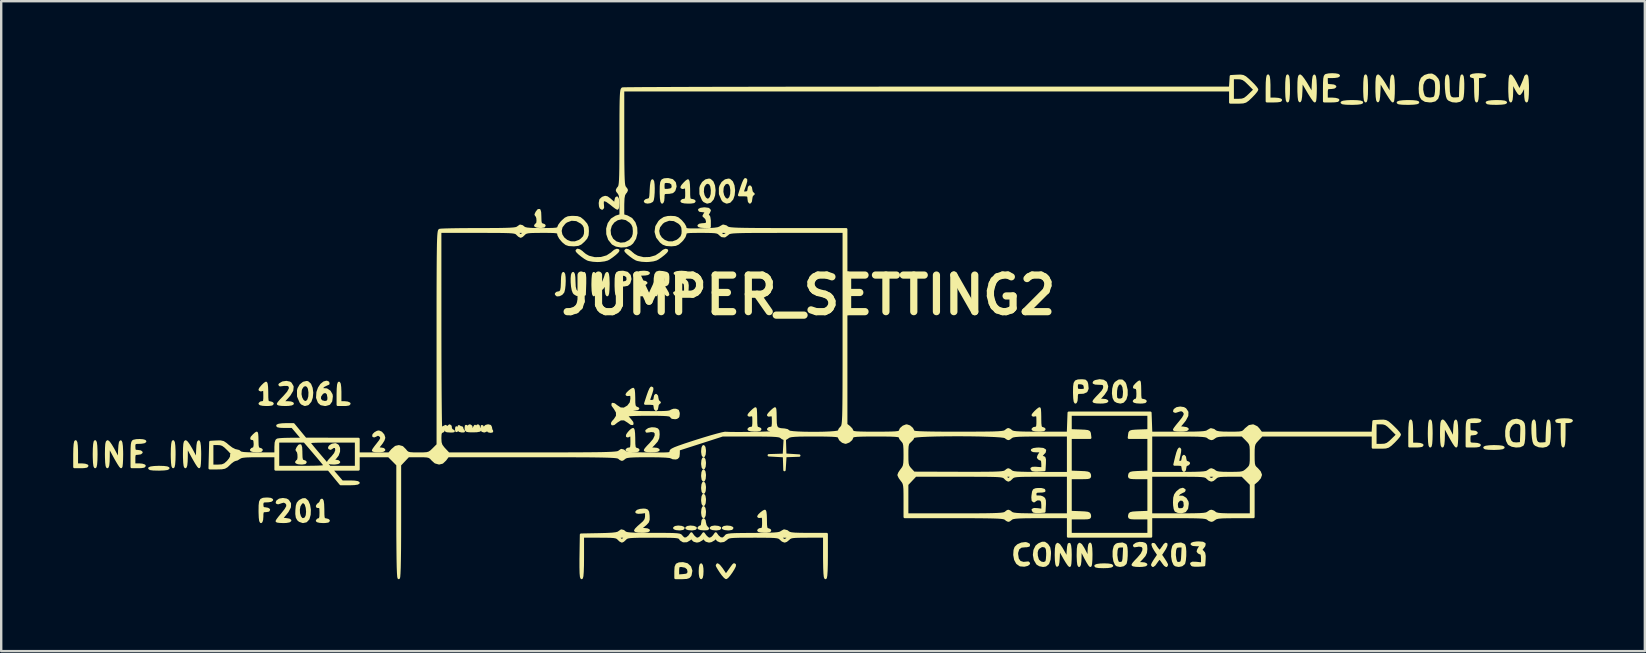
<source format=kicad_pcb>
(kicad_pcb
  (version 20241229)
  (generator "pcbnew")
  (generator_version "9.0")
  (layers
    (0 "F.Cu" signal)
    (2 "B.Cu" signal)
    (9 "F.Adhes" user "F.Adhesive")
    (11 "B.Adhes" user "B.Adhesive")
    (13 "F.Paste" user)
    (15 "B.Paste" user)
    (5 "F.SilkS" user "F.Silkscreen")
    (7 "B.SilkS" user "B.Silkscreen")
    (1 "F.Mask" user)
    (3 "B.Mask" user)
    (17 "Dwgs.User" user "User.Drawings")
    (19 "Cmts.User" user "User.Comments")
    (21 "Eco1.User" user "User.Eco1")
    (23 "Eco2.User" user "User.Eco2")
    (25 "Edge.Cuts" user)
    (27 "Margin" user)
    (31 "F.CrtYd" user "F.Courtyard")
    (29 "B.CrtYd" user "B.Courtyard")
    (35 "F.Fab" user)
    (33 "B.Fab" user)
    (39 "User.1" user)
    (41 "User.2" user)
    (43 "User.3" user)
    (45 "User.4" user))
  (footprint "JUMPER_SETTING2"
    (layer "F.Cu")
    (at 30.632 9.245)
    (property "Reference" "JUMPER_SETTING2" (at 0 0 0) (layer "F.SilkS") (effects (font (size 1.524 1.524) (thickness 0.3))))
    (attr through_hole)
    (fp_poly (pts (xy -14.641 5.629) (xy -14.648 5.652) (xy -14.666 5.658) (xy -14.673 5.588) (xy -14.665 5.516) (xy -14.648 5.524) (xy -14.641 5.629)) (stroke (width 0.1) (type solid)) (fill yes) (layer "F.SilkS"))
    (fp_poly (pts (xy -5.207 9.703) (xy -5.23 9.736) (xy -5.337 9.753) (xy -5.382 9.754) (xy -5.51 9.742) (xy -5.582 9.715) (xy -5.588 9.703) (xy -5.543 9.669) (xy -5.434 9.652) (xy -5.413 9.652) (xy -5.287 9.665) (xy -5.21 9.698) (xy -5.207 9.703)) (stroke (width 0.1) (type solid)) (fill yes) (layer "F.SilkS"))
    (fp_poly (pts (xy -4.699 9.703) (xy -4.722 9.736) (xy -4.829 9.753) (xy -4.874 9.754) (xy -5.002 9.742) (xy -5.074 9.715) (xy -5.08 9.703) (xy -5.035 9.669) (xy -4.926 9.652) (xy -4.905 9.652) (xy -4.779 9.665) (xy -4.702 9.698) (xy -4.699 9.703)) (stroke (width 0.1) (type solid)) (fill yes) (layer "F.SilkS"))
    (fp_poly (pts (xy -4.42 11.506) (xy -4.428 11.659) (xy -4.449 11.761) (xy -4.47 11.786) (xy -4.498 11.74) (xy -4.517 11.621) (xy -4.521 11.506) (xy -4.513 11.353) (xy -4.491 11.252) (xy -4.47 11.227) (xy -4.443 11.273) (xy -4.424 11.391) (xy -4.42 11.506)) (stroke (width 0.1) (type solid)) (fill yes) (layer "F.SilkS"))
    (fp_poly (pts (xy -4.318 6.502) (xy -4.329 6.63) (xy -4.357 6.7) (xy -4.369 6.706) (xy -4.401 6.661) (xy -4.418 6.548) (xy -4.42 6.502) (xy -4.408 6.375) (xy -4.38 6.304) (xy -4.369 6.299) (xy -4.337 6.344) (xy -4.319 6.457) (xy -4.318 6.502)) (stroke (width 0.1) (type solid)) (fill yes) (layer "F.SilkS"))
    (fp_poly (pts (xy -4.318 7.01) (xy -4.329 7.138) (xy -4.357 7.208) (xy -4.369 7.214) (xy -4.401 7.169) (xy -4.418 7.056) (xy -4.42 7.01) (xy -4.408 6.883) (xy -4.38 6.812) (xy -4.369 6.807) (xy -4.337 6.852) (xy -4.319 6.965) (xy -4.318 7.01)) (stroke (width 0.1) (type solid)) (fill yes) (layer "F.SilkS"))
    (fp_poly (pts (xy -4.318 7.518) (xy -4.329 7.646) (xy -4.357 7.716) (xy -4.369 7.722) (xy -4.401 7.677) (xy -4.418 7.564) (xy -4.42 7.518) (xy -4.408 7.391) (xy -4.38 7.32) (xy -4.369 7.315) (xy -4.337 7.36) (xy -4.319 7.473) (xy -4.318 7.518)) (stroke (width 0.1) (type solid)) (fill yes) (layer "F.SilkS"))
    (fp_poly (pts (xy -4.318 8.026) (xy -4.329 8.154) (xy -4.357 8.224) (xy -4.369 8.23) (xy -4.401 8.185) (xy -4.418 8.072) (xy -4.42 8.026) (xy -4.408 7.899) (xy -4.38 7.828) (xy -4.369 7.823) (xy -4.337 7.868) (xy -4.319 7.981) (xy -4.318 8.026)) (stroke (width 0.1) (type solid)) (fill yes) (layer "F.SilkS"))
    (fp_poly (pts (xy -4.318 8.534) (xy -4.329 8.662) (xy -4.357 8.732) (xy -4.369 8.738) (xy -4.401 8.693) (xy -4.418 8.58) (xy -4.42 8.534) (xy -4.408 8.407) (xy -4.38 8.336) (xy -4.369 8.331) (xy -4.337 8.376) (xy -4.319 8.489) (xy -4.318 8.534)) (stroke (width 0.1) (type solid)) (fill yes) (layer "F.SilkS"))
    (fp_poly (pts (xy -4.318 9.042) (xy -4.329 9.17) (xy -4.357 9.24) (xy -4.369 9.246) (xy -4.401 9.201) (xy -4.418 9.088) (xy -4.42 9.042) (xy -4.408 8.915) (xy -4.38 8.844) (xy -4.369 8.839) (xy -4.337 8.884) (xy -4.319 8.997) (xy -4.318 9.042)) (stroke (width 0.1) (type solid)) (fill yes) (layer "F.SilkS"))
    (fp_poly (pts (xy -3.683 9.703) (xy -3.706 9.736) (xy -3.813 9.753) (xy -3.858 9.754) (xy -3.986 9.742) (xy -4.058 9.715) (xy -4.064 9.703) (xy -4.019 9.669) (xy -3.91 9.652) (xy -3.889 9.652) (xy -3.763 9.665) (xy -3.686 9.698) (xy -3.683 9.703)) (stroke (width 0.1) (type solid)) (fill yes) (layer "F.SilkS"))
    (fp_poly (pts (xy -3.175 9.703) (xy -3.198 9.736) (xy -3.305 9.753) (xy -3.35 9.754) (xy -3.478 9.742) (xy -3.55 9.715) (xy -3.556 9.703) (xy -3.511 9.669) (xy -3.402 9.652) (xy -3.381 9.652) (xy -3.255 9.665) (xy -3.178 9.698) (xy -3.175 9.703)) (stroke (width 0.1) (type solid)) (fill yes) (layer "F.SilkS"))
    (fp_poly (pts (xy 12.649 11.278) (xy 12.602 11.304) (xy 12.476 11.322) (xy 12.293 11.328) (xy 12.291 11.328) (xy 12.095 11.322) (xy 11.984 11.303) (xy 11.963 11.278) (xy 12.027 11.251) (xy 12.162 11.233) (xy 12.322 11.227) (xy 12.493 11.234) (xy 12.611 11.253) (xy 12.649 11.278)) (stroke (width 0.1) (type solid)) (fill yes) (layer "F.SilkS"))
    (fp_poly (pts (xy -14.359 5.672) (xy -14.437 5.675) (xy -14.44 5.675) (xy -14.542 5.652) (xy -14.575 5.58) (xy -14.576 5.539) (xy -14.565 5.466) (xy -14.546 5.474) (xy -14.496 5.515) (xy -14.474 5.509) (xy -14.433 5.522) (xy -14.427 5.555) (xy -14.39 5.639) (xy -14.364 5.656) (xy -14.359 5.672)) (stroke (width 0.1) (type solid)) (fill yes) (layer "F.SilkS"))
    (fp_poly (pts (xy -29.667 6.629) (xy -29.672 6.874) (xy -29.685 7.051) (xy -29.705 7.148) (xy -29.718 7.163) (xy -29.741 7.114) (xy -29.758 6.978) (xy -29.767 6.768) (xy -29.769 6.629) (xy -29.764 6.385) (xy -29.751 6.208) (xy -29.731 6.11) (xy -29.718 6.096) (xy -29.695 6.144) (xy -29.678 6.281) (xy -29.669 6.491) (xy -29.667 6.629)) (stroke (width 0.1) (type solid)) (fill yes) (layer "F.SilkS"))
    (fp_poly (pts (xy -26.67 7.214) (xy -26.718 7.239) (xy -26.848 7.256) (xy -27.041 7.264) (xy -27.079 7.264) (xy -27.294 7.259) (xy -27.423 7.242) (xy -27.458 7.215) (xy -27.457 7.214) (xy -27.395 7.189) (xy -27.258 7.171) (xy -27.076 7.163) (xy -27.048 7.163) (xy -26.857 7.169) (xy -26.724 7.186) (xy -26.67 7.211) (xy -26.67 7.214)) (stroke (width 0.1) (type solid)) (fill yes) (layer "F.SilkS"))
    (fp_poly (pts (xy -26.416 6.629) (xy -26.421 6.874) (xy -26.434 7.051) (xy -26.454 7.148) (xy -26.467 7.163) (xy -26.49 7.114) (xy -26.507 6.978) (xy -26.516 6.768) (xy -26.518 6.629) (xy -26.513 6.385) (xy -26.5 6.208) (xy -26.48 6.11) (xy -26.467 6.096) (xy -26.444 6.144) (xy -26.427 6.281) (xy -26.417 6.491) (xy -26.416 6.629)) (stroke (width 0.1) (type solid)) (fill yes) (layer "F.SilkS"))
    (fp_poly (pts (xy 20.015 -8.611) (xy 20.011 -8.366) (xy 19.998 -8.189) (xy 19.978 -8.092) (xy 19.964 -8.077) (xy 19.941 -8.126) (xy 19.924 -8.262) (xy 19.915 -8.472) (xy 19.914 -8.611) (xy 19.918 -8.855) (xy 19.931 -9.032) (xy 19.951 -9.13) (xy 19.964 -9.144) (xy 19.988 -9.096) (xy 20.005 -8.959) (xy 20.014 -8.749) (xy 20.015 -8.611)) (stroke (width 0.1) (type solid)) (fill yes) (layer "F.SilkS"))
    (fp_poly (pts (xy 23.063 -8.026) (xy 23.015 -8.002) (xy 22.884 -7.984) (xy 22.686 -7.976) (xy 22.628 -7.976) (xy 22.405 -7.981) (xy 22.267 -7.997) (xy 22.223 -8.022) (xy 22.225 -8.026) (xy 22.287 -8.05) (xy 22.424 -8.068) (xy 22.61 -8.077) (xy 22.66 -8.077) (xy 22.86 -8.071) (xy 23.001 -8.055) (xy 23.062 -8.031) (xy 23.063 -8.026)) (stroke (width 0.1) (type solid)) (fill yes) (layer "F.SilkS"))
    (fp_poly (pts (xy 23.266 -8.611) (xy 23.262 -8.366) (xy 23.249 -8.189) (xy 23.229 -8.092) (xy 23.216 -8.077) (xy 23.192 -8.126) (xy 23.175 -8.262) (xy 23.166 -8.472) (xy 23.165 -8.611) (xy 23.169 -8.855) (xy 23.182 -9.032) (xy 23.202 -9.13) (xy 23.216 -9.144) (xy 23.239 -9.096) (xy 23.256 -8.959) (xy 23.265 -8.749) (xy 23.266 -8.611)) (stroke (width 0.1) (type solid)) (fill yes) (layer "F.SilkS"))
    (fp_poly (pts (xy 25.4 -8.026) (xy 25.352 -8.002) (xy 25.221 -7.984) (xy 25.023 -7.976) (xy 24.965 -7.976) (xy 24.742 -7.981) (xy 24.604 -7.997) (xy 24.56 -8.022) (xy 24.562 -8.026) (xy 24.624 -8.05) (xy 24.761 -8.068) (xy 24.947 -8.077) (xy 24.997 -8.077) (xy 25.197 -8.071) (xy 25.337 -8.055) (xy 25.399 -8.031) (xy 25.4 -8.026)) (stroke (width 0.1) (type solid)) (fill yes) (layer "F.SilkS"))
    (fp_poly (pts (xy 25.959 5.766) (xy 25.954 6.01) (xy 25.941 6.188) (xy 25.921 6.285) (xy 25.908 6.299) (xy 25.885 6.251) (xy 25.868 6.115) (xy 25.859 5.905) (xy 25.857 5.766) (xy 25.862 5.522) (xy 25.875 5.344) (xy 25.895 5.247) (xy 25.908 5.232) (xy 25.931 5.281) (xy 25.948 5.417) (xy 25.957 5.627) (xy 25.959 5.766)) (stroke (width 0.1) (type solid)) (fill yes) (layer "F.SilkS"))
    (fp_poly (pts (xy 28.956 6.35) (xy 28.908 6.375) (xy 28.778 6.393) (xy 28.585 6.401) (xy 28.547 6.401) (xy 28.332 6.395) (xy 28.203 6.378) (xy 28.168 6.352) (xy 28.169 6.35) (xy 28.231 6.325) (xy 28.368 6.307) (xy 28.55 6.299) (xy 28.578 6.299) (xy 28.769 6.306) (xy 28.902 6.323) (xy 28.956 6.348) (xy 28.956 6.35)) (stroke (width 0.1) (type solid)) (fill yes) (layer "F.SilkS"))
    (fp_poly (pts (xy 29.058 -8.026) (xy 29.01 -8.001) (xy 28.88 -7.984) (xy 28.687 -7.976) (xy 28.648 -7.976) (xy 28.434 -7.981) (xy 28.305 -7.998) (xy 28.269 -8.025) (xy 28.27 -8.026) (xy 28.333 -8.051) (xy 28.469 -8.069) (xy 28.652 -8.077) (xy 28.68 -8.077) (xy 28.87 -8.071) (xy 29.003 -8.054) (xy 29.057 -8.029) (xy 29.058 -8.026)) (stroke (width 0.1) (type solid)) (fill yes) (layer "F.SilkS"))
    (fp_poly (pts (xy -14.782 5.668) (xy -14.848 5.677) (xy -14.922 5.676) (xy -15.059 5.666) (xy -15.121 5.634) (xy -15.137 5.564) (xy -15.138 5.54) (xy -15.128 5.458) (xy -15.098 5.472) (xy -15.093 5.479) (xy -15.043 5.518) (xy -15.015 5.492) (xy -14.952 5.437) (xy -14.909 5.469) (xy -14.907 5.524) (xy -14.876 5.612) (xy -14.814 5.648) (xy -14.782 5.668)) (stroke (width 0.1) (type solid)) (fill yes) (layer "F.SilkS"))
    (fp_poly (pts (xy -30.048 7.112) (xy -30.074 7.142) (xy -30.19 7.16) (xy -30.299 7.163) (xy -30.582 7.163) (xy -30.582 6.629) (xy -30.577 6.385) (xy -30.564 6.208) (xy -30.544 6.11) (xy -30.531 6.096) (xy -30.507 6.144) (xy -30.49 6.278) (xy -30.481 6.482) (xy -30.48 6.579) (xy -30.48 7.061) (xy -30.28 7.061) (xy -30.145 7.073) (xy -30.058 7.102) (xy -30.048 7.112)) (stroke (width 0.1) (type solid)) (fill yes) (layer "F.SilkS"))
    (fp_poly (pts (xy -19.126 4.521) (xy -19.151 4.553) (xy -19.265 4.57) (xy -19.352 4.572) (xy -19.609 4.572) (xy -19.609 4.115) (xy -19.603 3.896) (xy -19.589 3.739) (xy -19.566 3.663) (xy -19.558 3.658) (xy -19.533 3.705) (xy -19.515 3.835) (xy -19.507 4.028) (xy -19.507 4.064) (xy -19.507 4.47) (xy -19.332 4.47) (xy -19.206 4.484) (xy -19.13 4.517) (xy -19.126 4.521)) (stroke (width 0.1) (type solid)) (fill yes) (layer "F.SilkS"))
    (fp_poly (pts (xy -4.186 9.725) (xy -4.211 9.745) (xy -4.32 9.752) (xy -4.356 9.752) (xy -4.488 9.742) (xy -4.564 9.716) (xy -4.572 9.703) (xy -4.531 9.658) (xy -4.496 9.652) (xy -4.435 9.607) (xy -4.42 9.5) (xy -4.405 9.393) (xy -4.369 9.347) (xy -4.369 9.347) (xy -4.331 9.391) (xy -4.318 9.481) (xy -4.286 9.608) (xy -4.229 9.683) (xy -4.186 9.725)) (stroke (width 0.1) (type solid)) (fill yes) (layer "F.SilkS"))
    (fp_poly (pts (xy 19.685 -8.128) (xy 19.658 -8.098) (xy 19.54 -8.081) (xy 19.409 -8.077) (xy 19.101 -8.077) (xy 19.101 -8.611) (xy 19.105 -8.855) (xy 19.118 -9.032) (xy 19.138 -9.13) (xy 19.152 -9.144) (xy 19.176 -9.096) (xy 19.193 -8.962) (xy 19.202 -8.758) (xy 19.202 -8.661) (xy 19.202 -8.179) (xy 19.428 -8.179) (xy 19.572 -8.168) (xy 19.668 -8.142) (xy 19.685 -8.128)) (stroke (width 0.1) (type solid)) (fill yes) (layer "F.SilkS"))
    (fp_poly (pts (xy 25.578 6.248) (xy 25.552 6.279) (xy 25.436 6.296) (xy 25.327 6.299) (xy 25.044 6.299) (xy 25.044 5.766) (xy 25.049 5.522) (xy 25.062 5.344) (xy 25.082 5.247) (xy 25.095 5.232) (xy 25.119 5.281) (xy 25.136 5.415) (xy 25.145 5.619) (xy 25.146 5.715) (xy 25.146 6.198) (xy 25.346 6.198) (xy 25.481 6.209) (xy 25.568 6.239) (xy 25.578 6.248)) (stroke (width 0.1) (type solid)) (fill yes) (layer "F.SilkS"))
    (fp_poly (pts (xy -10.161 -0.59) (xy -10.168 -0.415) (xy -10.186 -0.255) (xy -10.215 -0.138) (xy -10.219 -0.129) (xy -10.286 -0.05) (xy -10.38 -0.003) (xy -10.468 0.005) (xy -10.514 -0.037) (xy -10.516 -0.051) (xy -10.473 -0.093) (xy -10.419 -0.102) (xy -10.344 -0.121) (xy -10.296 -0.188) (xy -10.271 -0.321) (xy -10.262 -0.535) (xy -10.262 -0.588) (xy -10.254 -0.759) (xy -10.235 -0.876) (xy -10.211 -0.914) (xy -10.182 -0.869) (xy -10.166 -0.751) (xy -10.161 -0.59)) (stroke (width 0.1) (type solid)) (fill yes) (layer "F.SilkS"))
    (fp_poly (pts (xy -6.452 -4.448) (xy -6.455 -4.269) (xy -6.468 -4.102) (xy -6.489 -3.975) (xy -6.513 -3.922) (xy -6.595 -3.878) (xy -6.7 -3.862) (xy -6.784 -3.877) (xy -6.807 -3.908) (xy -6.764 -3.951) (xy -6.693 -3.972) (xy -6.635 -3.988) (xy -6.599 -4.03) (xy -6.579 -4.121) (xy -6.568 -4.283) (xy -6.564 -4.381) (xy -6.551 -4.567) (xy -6.53 -4.705) (xy -6.506 -4.772) (xy -6.5 -4.775) (xy -6.474 -4.729) (xy -6.458 -4.611) (xy -6.452 -4.448)) (stroke (width 0.1) (type solid)) (fill yes) (layer "F.SilkS"))
    (fp_poly (pts (xy -3.066 11.242) (xy -3.075 11.298) (xy -3.129 11.404) (xy -3.21 11.534) (xy -3.3 11.659) (xy -3.38 11.751) (xy -3.429 11.784) (xy -3.483 11.746) (xy -3.57 11.646) (xy -3.645 11.543) (xy -3.734 11.406) (xy -3.794 11.303) (xy -3.81 11.264) (xy -3.787 11.226) (xy -3.722 11.272) (xy -3.622 11.397) (xy -3.585 11.451) (xy -3.436 11.673) (xy -3.285 11.463) (xy -3.185 11.322) (xy -3.128 11.248) (xy -3.098 11.223) (xy -3.078 11.231) (xy -3.066 11.242)) (stroke (width 0.1) (type solid)) (fill yes) (layer "F.SilkS"))
    (fp_poly (pts (xy -0.381 6.686) (xy -0.671 6.696) (xy -0.96 6.706) (xy -0.965 6.786) (xy -0.965 6.68) (xy -0.991 6.655) (xy -1.016 6.68) (xy -0.991 6.706) (xy -0.965 6.68) (xy -0.965 6.786) (xy -0.978 6.998) (xy -0.997 7.29) (xy -1.006 7) (xy -1.016 6.71) (xy -1.333 6.692) (xy -1.651 6.674) (xy -1.336 6.665) (xy -1.021 6.655) (xy -1.003 6.337) (xy -0.985 6.02) (xy -0.975 6.335) (xy -0.965 6.65) (xy -0.673 6.668) (xy -0.381 6.686)) (stroke (width 0.1) (type solid)) (fill yes) (layer "F.SilkS"))
    (fp_poly (pts (xy 31.801 5.232) (xy 31.757 5.268) (xy 31.65 5.283) (xy 31.648 5.283) (xy 31.496 5.283) (xy 31.496 5.791) (xy 31.491 6.027) (xy 31.478 6.198) (xy 31.457 6.288) (xy 31.445 6.299) (xy 31.422 6.251) (xy 31.405 6.116) (xy 31.395 5.908) (xy 31.394 5.791) (xy 31.394 5.283) (xy 31.264 5.283) (xy 31.178 5.267) (xy 31.166 5.232) (xy 31.23 5.205) (xy 31.363 5.187) (xy 31.499 5.182) (xy 31.66 5.189) (xy 31.769 5.21) (xy 31.801 5.232)) (stroke (width 0.1) (type solid)) (fill yes) (layer "F.SilkS"))
    (fp_poly (pts (xy -20.955 6.96) (xy -20.978 6.993) (xy -21.085 7.009) (xy -21.13 7.01) (xy -21.258 6.999) (xy -21.33 6.971) (xy -21.336 6.96) (xy -21.297 6.91) (xy -21.285 6.909) (xy -21.251 6.866) (xy -21.236 6.762) (xy -21.24 6.639) (xy -21.26 6.535) (xy -21.292 6.492) (xy -21.32 6.448) (xy -21.28 6.36) (xy -21.212 6.271) (xy -21.167 6.265) (xy -21.142 6.348) (xy -21.133 6.526) (xy -21.133 6.579) (xy -21.127 6.766) (xy -21.108 6.869) (xy -21.072 6.907) (xy -21.06 6.909) (xy -20.973 6.94) (xy -20.955 6.96)) (stroke (width 0.1) (type solid)) (fill yes) (layer "F.SilkS"))
    (fp_poly (pts (xy -10.998 -2.896) (xy -11.021 -2.862) (xy -11.128 -2.846) (xy -11.173 -2.845) (xy -11.301 -2.856) (xy -11.373 -2.884) (xy -11.379 -2.896) (xy -11.341 -2.945) (xy -11.328 -2.946) (xy -11.293 -2.989) (xy -11.279 -3.089) (xy -11.286 -3.203) (xy -11.312 -3.291) (xy -11.335 -3.313) (xy -11.363 -3.356) (xy -11.323 -3.444) (xy -11.254 -3.534) (xy -11.209 -3.538) (xy -11.184 -3.452) (xy -11.176 -3.269) (xy -11.176 -3.251) (xy -11.17 -3.072) (xy -11.148 -2.977) (xy -11.106 -2.947) (xy -11.103 -2.946) (xy -11.016 -2.915) (xy -10.998 -2.896)) (stroke (width 0.1) (type solid)) (fill yes) (layer "F.SilkS"))
    (fp_poly (pts (xy 28.194 -9.144) (xy 28.15 -9.108) (xy 28.043 -9.093) (xy 28.042 -9.093) (xy 27.889 -9.093) (xy 27.889 -8.585) (xy 27.884 -8.349) (xy 27.871 -8.179) (xy 27.85 -8.088) (xy 27.838 -8.077) (xy 27.815 -8.125) (xy 27.798 -8.261) (xy 27.789 -8.468) (xy 27.788 -8.585) (xy 27.786 -8.816) (xy 27.78 -8.964) (xy 27.764 -9.047) (xy 27.736 -9.084) (xy 27.692 -9.093) (xy 27.683 -9.093) (xy 27.613 -9.113) (xy 27.61 -9.144) (xy 27.674 -9.172) (xy 27.807 -9.191) (xy 27.918 -9.195) (xy 28.07 -9.186) (xy 28.17 -9.165) (xy 28.194 -9.144)) (stroke (width 0.1) (type solid)) (fill yes) (layer "F.SilkS"))
    (fp_poly (pts (xy -22.784 6.452) (xy -22.808 6.484) (xy -22.918 6.501) (xy -22.984 6.502) (xy -23.121 6.492) (xy -23.204 6.467) (xy -23.216 6.452) (xy -23.174 6.407) (xy -23.139 6.401) (xy -23.086 6.367) (xy -23.065 6.256) (xy -23.063 6.198) (xy -23.076 6.056) (xy -23.117 5.998) (xy -23.139 5.994) (xy -23.205 5.981) (xy -23.196 5.933) (xy -23.114 5.842) (xy -23.032 5.768) (xy -22.987 5.74) (xy -22.974 5.787) (xy -22.965 5.908) (xy -22.962 6.071) (xy -22.956 6.258) (xy -22.937 6.361) (xy -22.9 6.399) (xy -22.888 6.401) (xy -22.802 6.432) (xy -22.784 6.452)) (stroke (width 0.1) (type solid)) (fill yes) (layer "F.SilkS"))
    (fp_poly (pts (xy -13.184 5.679) (xy -13.249 5.689) (xy -13.331 5.671) (xy -13.33 5.631) (xy -13.323 5.597) (xy -13.36 5.614) (xy -13.36 5.512) (xy -13.386 5.486) (xy -13.411 5.512) (xy -13.386 5.537) (xy -13.36 5.512) (xy -13.36 5.614) (xy -13.365 5.617) (xy -13.502 5.676) (xy -13.585 5.653) (xy -13.611 5.55) (xy -13.604 5.462) (xy -13.586 5.468) (xy -13.569 5.508) (xy -13.535 5.574) (xy -13.509 5.547) (xy -13.498 5.521) (xy -13.436 5.456) (xy -13.344 5.434) (xy -13.262 5.454) (xy -13.23 5.517) (xy -13.231 5.524) (xy -13.215 5.62) (xy -13.188 5.651) (xy -13.184 5.679)) (stroke (width 0.1) (type solid)) (fill yes) (layer "F.SilkS"))
    (fp_poly (pts (xy 9.185 11.178) (xy 9.182 11.189) (xy 9.123 11.235) (xy 9.004 11.265) (xy 8.986 11.267) (xy 8.826 11.254) (xy 8.702 11.166) (xy 8.698 11.162) (xy 8.619 11.017) (xy 8.583 10.824) (xy 8.596 10.629) (xy 8.635 10.518) (xy 8.732 10.424) (xy 8.883 10.359) (xy 9.04 10.34) (xy 9.09 10.348) (xy 9.181 10.392) (xy 9.181 10.436) (xy 9.095 10.457) (xy 9.055 10.456) (xy 8.862 10.474) (xy 8.742 10.563) (xy 8.69 10.726) (xy 8.687 10.789) (xy 8.718 10.994) (xy 8.81 11.121) (xy 8.957 11.166) (xy 9.045 11.158) (xy 9.156 11.147) (xy 9.185 11.178)) (stroke (width 0.1) (type solid)) (fill yes) (layer "F.SilkS"))
    (fp_poly (pts (xy -19.558 6.96) (xy -19.603 6.99) (xy -19.718 7.008) (xy -19.787 7.01) (xy -19.923 7.002) (xy -20.005 6.982) (xy -20.015 6.97) (xy -19.982 6.913) (xy -19.896 6.816) (xy -19.837 6.756) (xy -19.718 6.608) (xy -19.662 6.469) (xy -19.677 6.359) (xy -19.715 6.322) (xy -19.794 6.322) (xy -19.827 6.344) (xy -19.909 6.397) (xy -19.959 6.377) (xy -19.964 6.349) (xy -19.923 6.292) (xy -19.839 6.24) (xy -19.707 6.217) (xy -19.613 6.269) (xy -19.563 6.375) (xy -19.563 6.513) (xy -19.617 6.663) (xy -19.695 6.766) (xy -19.831 6.909) (xy -19.695 6.909) (xy -19.595 6.925) (xy -19.558 6.96)) (stroke (width 0.1) (type solid)) (fill yes) (layer "F.SilkS"))
    (fp_poly (pts (xy 10.922 10.82) (xy 10.918 11.022) (xy 10.908 11.178) (xy 10.892 11.266) (xy 10.884 11.277) (xy 10.843 11.236) (xy 10.768 11.127) (xy 10.673 10.969) (xy 10.643 10.915) (xy 10.439 10.554) (xy 10.424 10.916) (xy 10.409 11.129) (xy 10.386 11.245) (xy 10.36 11.268) (xy 10.336 11.201) (xy 10.319 11.049) (xy 10.312 10.82) (xy 10.319 10.572) (xy 10.34 10.423) (xy 10.381 10.371) (xy 10.447 10.413) (xy 10.542 10.549) (xy 10.618 10.681) (xy 10.795 10.998) (xy 10.81 10.681) (xy 10.827 10.485) (xy 10.85 10.384) (xy 10.875 10.374) (xy 10.899 10.448) (xy 10.916 10.602) (xy 10.922 10.82)) (stroke (width 0.1) (type solid)) (fill yes) (layer "F.SilkS"))
    (fp_poly (pts (xy 14.046 4.42) (xy 14.021 4.451) (xy 13.908 4.468) (xy 13.821 4.47) (xy 13.675 4.461) (xy 13.582 4.438) (xy 13.564 4.42) (xy 13.605 4.375) (xy 13.64 4.369) (xy 13.688 4.342) (xy 13.711 4.247) (xy 13.716 4.115) (xy 13.708 3.955) (xy 13.68 3.877) (xy 13.64 3.861) (xy 13.574 3.848) (xy 13.584 3.8) (xy 13.665 3.708) (xy 13.747 3.635) (xy 13.792 3.607) (xy 13.804 3.653) (xy 13.813 3.777) (xy 13.817 3.952) (xy 13.818 3.988) (xy 13.82 4.183) (xy 13.831 4.297) (xy 13.857 4.352) (xy 13.901 4.368) (xy 13.916 4.369) (xy 14.013 4.392) (xy 14.046 4.42)) (stroke (width 0.1) (type solid)) (fill yes) (layer "F.SilkS"))
    (fp_poly (pts (xy -7.925 -3.835) (xy -7.932 -3.699) (xy -7.949 -3.617) (xy -7.96 -3.607) (xy -8.014 -3.637) (xy -8.12 -3.716) (xy -8.23 -3.806) (xy -8.399 -3.928) (xy -8.513 -3.967) (xy -8.572 -3.922) (xy -8.574 -3.794) (xy -8.568 -3.764) (xy -8.561 -3.645) (xy -8.595 -3.605) (xy -8.653 -3.641) (xy -8.677 -3.711) (xy -8.687 -3.833) (xy -8.687 -3.836) (xy -8.663 -3.968) (xy -8.577 -4.046) (xy -8.555 -4.057) (xy -8.466 -4.086) (xy -8.389 -4.069) (xy -8.287 -3.996) (xy -8.238 -3.953) (xy -8.052 -3.79) (xy -8.036 -3.927) (xy -8.009 -4.039) (xy -7.974 -4.061) (xy -7.942 -4.002) (xy -7.925 -3.871) (xy -7.925 -3.835)) (stroke (width 0.1) (type solid)) (fill yes) (layer "F.SilkS"))
    (fp_poly (pts (xy -7.925 -1.851) (xy -7.963 -1.796) (xy -8.058 -1.708) (xy -8.182 -1.611) (xy -8.306 -1.526) (xy -8.376 -1.488) (xy -8.503 -1.453) (xy -8.682 -1.431) (xy -8.788 -1.427) (xy -8.973 -1.438) (xy -9.136 -1.467) (xy -9.201 -1.488) (xy -9.31 -1.551) (xy -9.438 -1.643) (xy -9.555 -1.739) (xy -9.634 -1.819) (xy -9.652 -1.851) (xy -9.618 -1.883) (xy -9.539 -1.862) (xy -9.446 -1.799) (xy -9.419 -1.771) (xy -9.301 -1.673) (xy -9.158 -1.593) (xy -8.904 -1.53) (xy -8.637 -1.538) (xy -8.387 -1.61) (xy -8.186 -1.742) (xy -8.158 -1.771) (xy -8.069 -1.845) (xy -7.981 -1.881) (xy -7.929 -1.868) (xy -7.925 -1.851)) (stroke (width 0.1) (type solid)) (fill yes) (layer "F.SilkS"))
    (fp_poly (pts (xy -5.893 -1.851) (xy -5.931 -1.796) (xy -6.026 -1.708) (xy -6.15 -1.611) (xy -6.274 -1.526) (xy -6.344 -1.488) (xy -6.471 -1.453) (xy -6.65 -1.431) (xy -6.756 -1.427) (xy -6.941 -1.438) (xy -7.104 -1.467) (xy -7.169 -1.488) (xy -7.278 -1.551) (xy -7.406 -1.643) (xy -7.523 -1.739) (xy -7.602 -1.819) (xy -7.62 -1.851) (xy -7.586 -1.883) (xy -7.507 -1.862) (xy -7.414 -1.799) (xy -7.387 -1.771) (xy -7.269 -1.673) (xy -7.126 -1.593) (xy -6.872 -1.53) (xy -6.605 -1.538) (xy -6.355 -1.61) (xy -6.154 -1.742) (xy -6.126 -1.771) (xy -6.037 -1.845) (xy -5.949 -1.881) (xy -5.897 -1.868) (xy -5.893 -1.851)) (stroke (width 0.1) (type solid)) (fill yes) (layer "F.SilkS"))
    (fp_poly (pts (xy -4.884 11.486) (xy -4.916 11.66) (xy -4.929 11.687) (xy -4.983 11.747) (xy -4.986 11.748) (xy -4.986 11.534) (xy -5.011 11.402) (xy -5.117 11.312) (xy -5.288 11.278) (xy -5.293 11.278) (xy -5.384 11.286) (xy -5.425 11.332) (xy -5.435 11.443) (xy -5.436 11.484) (xy -5.436 11.69) (xy -5.22 11.674) (xy -5.08 11.656) (xy -5.012 11.615) (xy -4.986 11.534) (xy -4.986 11.748) (xy -5.08 11.777) (xy -5.248 11.786) (xy -5.26 11.786) (xy -5.537 11.786) (xy -5.537 11.512) (xy -5.527 11.331) (xy -5.483 11.23) (xy -5.384 11.185) (xy -5.228 11.176) (xy -5.055 11.219) (xy -4.935 11.33) (xy -4.884 11.486)) (stroke (width 0.1) (type solid)) (fill yes) (layer "F.SilkS"))
    (fp_poly (pts (xy -21.488 4.521) (xy -21.535 4.548) (xy -21.656 4.567) (xy -21.793 4.572) (xy -21.954 4.566) (xy -22.064 4.55) (xy -22.098 4.532) (xy -22.064 4.479) (xy -21.976 4.377) (xy -21.851 4.249) (xy -21.844 4.242) (xy -21.68 4.055) (xy -21.599 3.905) (xy -21.601 3.796) (xy -21.684 3.737) (xy -21.848 3.733) (xy -21.908 3.742) (xy -22.014 3.754) (xy -22.033 3.732) (xy -22.02 3.716) (xy -21.902 3.646) (xy -21.751 3.624) (xy -21.616 3.652) (xy -21.573 3.682) (xy -21.496 3.814) (xy -21.512 3.969) (xy -21.621 4.153) (xy -21.698 4.243) (xy -21.908 4.47) (xy -21.698 4.47) (xy -21.568 4.481) (xy -21.495 4.509) (xy -21.488 4.521)) (stroke (width 0.1) (type solid)) (fill yes) (layer "F.SilkS"))
    (fp_poly (pts (xy -1.6 9.804) (xy -1.625 9.836) (xy -1.739 9.853) (xy -1.826 9.855) (xy -1.972 9.846) (xy -2.065 9.823) (xy -2.083 9.804) (xy -2.04 9.763) (xy -1.981 9.754) (xy -1.922 9.741) (xy -1.892 9.688) (xy -1.881 9.57) (xy -1.88 9.479) (xy -1.883 9.322) (xy -1.9 9.244) (xy -1.939 9.223) (xy -1.981 9.231) (xy -2.062 9.238) (xy -2.083 9.222) (xy -2.047 9.166) (xy -1.964 9.087) (xy -1.873 9.019) (xy -1.816 8.993) (xy -1.798 9.039) (xy -1.784 9.162) (xy -1.778 9.337) (xy -1.778 9.373) (xy -1.774 9.575) (xy -1.758 9.694) (xy -1.729 9.747) (xy -1.705 9.754) (xy -1.618 9.785) (xy -1.6 9.804)) (stroke (width 0.1) (type solid)) (fill yes) (layer "F.SilkS"))
    (fp_poly (pts (xy -21.593 9.392) (xy -21.633 9.422) (xy -21.751 9.444) (xy -21.869 9.449) (xy -22.022 9.443) (xy -22.124 9.43) (xy -22.149 9.416) (xy -22.118 9.364) (xy -22.038 9.258) (xy -21.924 9.121) (xy -21.92 9.116) (xy -21.78 8.939) (xy -21.709 8.813) (xy -21.704 8.721) (xy -21.758 8.645) (xy -21.769 8.635) (xy -21.853 8.596) (xy -21.963 8.623) (xy -21.979 8.63) (xy -22.096 8.668) (xy -22.145 8.649) (xy -22.128 8.592) (xy -22.036 8.527) (xy -21.897 8.503) (xy -21.757 8.524) (xy -21.688 8.563) (xy -21.605 8.686) (xy -21.61 8.832) (xy -21.704 9.01) (xy -21.775 9.101) (xy -21.96 9.322) (xy -21.775 9.338) (xy -21.637 9.361) (xy -21.593 9.392)) (stroke (width 0.1) (type solid)) (fill yes) (layer "F.SilkS"))
    (fp_poly (pts (xy -20.68 4.067) (xy -20.699 4.265) (xy -20.753 4.422) (xy -20.78 4.452) (xy -20.78 4.054) (xy -20.805 3.891) (xy -20.857 3.788) (xy -20.959 3.74) (xy -21.06 3.779) (xy -21.137 3.893) (xy -21.158 3.961) (xy -21.17 4.131) (xy -21.138 4.281) (xy -21.075 4.397) (xy -20.994 4.461) (xy -20.907 4.457) (xy -20.83 4.372) (xy -20.787 4.229) (xy -20.78 4.054) (xy -20.78 4.452) (xy -20.856 4.54) (xy -20.982 4.572) (xy -21.105 4.516) (xy -21.154 4.458) (xy -21.256 4.218) (xy -21.258 3.974) (xy -21.238 3.896) (xy -21.156 3.754) (xy -21.034 3.657) (xy -20.904 3.627) (xy -20.861 3.636) (xy -20.766 3.722) (xy -20.704 3.876) (xy -20.68 4.067)) (stroke (width 0.1) (type solid)) (fill yes) (layer "F.SilkS"))
    (fp_poly (pts (xy -9.306 -0.723) (xy -9.306 -0.497) (xy -9.307 -0.47) (xy -9.322 -0.025) (xy -9.507 -0.01) (xy -9.652 -0.015) (xy -9.744 -0.072) (xy -9.774 -0.11) (xy -9.812 -0.208) (xy -9.84 -0.357) (xy -9.855 -0.531) (xy -9.857 -0.699) (xy -9.845 -0.835) (xy -9.818 -0.908) (xy -9.804 -0.914) (xy -9.778 -0.868) (xy -9.76 -0.743) (xy -9.754 -0.569) (xy -9.743 -0.342) (xy -9.707 -0.199) (xy -9.636 -0.124) (xy -9.523 -0.102) (xy -9.515 -0.102) (xy -9.457 -0.107) (xy -9.422 -0.138) (xy -9.405 -0.214) (xy -9.399 -0.357) (xy -9.398 -0.508) (xy -9.392 -0.719) (xy -9.374 -0.859) (xy -9.347 -0.914) (xy -9.345 -0.914) (xy -9.319 -0.865) (xy -9.306 -0.723)) (stroke (width 0.1) (type solid)) (fill yes) (layer "F.SilkS"))
    (fp_poly (pts (xy -7.087 6.452) (xy -7.112 6.483) (xy -7.225 6.5) (xy -7.312 6.502) (xy -7.458 6.493) (xy -7.551 6.47) (xy -7.569 6.452) (xy -7.527 6.41) (xy -7.468 6.401) (xy -7.411 6.39) (xy -7.381 6.342) (xy -7.368 6.234) (xy -7.366 6.09) (xy -7.369 5.921) (xy -7.381 5.837) (xy -7.408 5.82) (xy -7.443 5.843) (xy -7.521 5.882) (xy -7.554 5.874) (xy -7.544 5.822) (xy -7.485 5.737) (xy -7.404 5.65) (xy -7.329 5.594) (xy -7.306 5.588) (xy -7.287 5.635) (xy -7.272 5.759) (xy -7.265 5.937) (xy -7.264 5.994) (xy -7.261 6.205) (xy -7.247 6.331) (xy -7.22 6.39) (xy -7.191 6.401) (xy -7.105 6.432) (xy -7.087 6.452)) (stroke (width 0.1) (type solid)) (fill yes) (layer "F.SilkS"))
    (fp_poly (pts (xy -6.248 6.452) (xy -6.294 6.479) (xy -6.413 6.498) (xy -6.528 6.502) (xy -6.681 6.496) (xy -6.782 6.479) (xy -6.807 6.462) (xy -6.774 6.408) (xy -6.686 6.308) (xy -6.579 6.198) (xy -6.432 6.024) (xy -6.358 5.869) (xy -6.354 5.748) (xy -6.419 5.672) (xy -6.553 5.655) (xy -6.633 5.67) (xy -6.735 5.682) (xy -6.746 5.653) (xy -6.665 5.594) (xy -6.652 5.586) (xy -6.526 5.556) (xy -6.398 5.563) (xy -6.302 5.595) (xy -6.259 5.655) (xy -6.249 5.778) (xy -6.248 5.806) (xy -6.263 5.952) (xy -6.319 6.072) (xy -6.437 6.208) (xy -6.625 6.401) (xy -6.437 6.401) (xy -6.315 6.413) (xy -6.251 6.443) (xy -6.248 6.452)) (stroke (width 0.1) (type solid)) (fill yes) (layer "F.SilkS"))
    (fp_poly (pts (xy -3.917 -4.366) (xy -3.935 -4.168) (xy -3.989 -4.011) (xy -4.016 -3.98) (xy -4.016 -4.379) (xy -4.041 -4.542) (xy -4.093 -4.644) (xy -4.195 -4.693) (xy -4.296 -4.654) (xy -4.373 -4.54) (xy -4.394 -4.472) (xy -4.406 -4.302) (xy -4.374 -4.151) (xy -4.311 -4.036) (xy -4.23 -3.972) (xy -4.143 -3.976) (xy -4.066 -4.061) (xy -4.023 -4.204) (xy -4.016 -4.379) (xy -4.016 -3.98) (xy -4.092 -3.893) (xy -4.218 -3.86) (xy -4.341 -3.917) (xy -4.39 -3.975) (xy -4.492 -4.215) (xy -4.494 -4.459) (xy -4.474 -4.536) (xy -4.392 -4.679) (xy -4.27 -4.776) (xy -4.14 -4.806) (xy -4.097 -4.796) (xy -4.002 -4.71) (xy -3.94 -4.557) (xy -3.917 -4.366)) (stroke (width 0.1) (type solid)) (fill yes) (layer "F.SilkS"))
    (fp_poly (pts (xy -3.104 -4.366) (xy -3.122 -4.168) (xy -3.176 -4.011) (xy -3.203 -3.98) (xy -3.203 -4.379) (xy -3.228 -4.542) (xy -3.28 -4.644) (xy -3.382 -4.693) (xy -3.483 -4.654) (xy -3.561 -4.54) (xy -3.581 -4.472) (xy -3.593 -4.302) (xy -3.561 -4.151) (xy -3.498 -4.036) (xy -3.417 -3.972) (xy -3.331 -3.976) (xy -3.253 -4.061) (xy -3.21 -4.204) (xy -3.203 -4.379) (xy -3.203 -3.98) (xy -3.28 -3.893) (xy -3.406 -3.86) (xy -3.528 -3.917) (xy -3.577 -3.975) (xy -3.679 -4.215) (xy -3.681 -4.459) (xy -3.661 -4.536) (xy -3.579 -4.679) (xy -3.457 -4.776) (xy -3.327 -4.806) (xy -3.284 -4.796) (xy -3.189 -4.71) (xy -3.127 -4.557) (xy -3.104 -4.366)) (stroke (width 0.1) (type solid)) (fill yes) (layer "F.SilkS"))
    (fp_poly (pts (xy -2.007 5.588) (xy -2.032 5.619) (xy -2.145 5.636) (xy -2.232 5.639) (xy -2.378 5.63) (xy -2.471 5.607) (xy -2.489 5.588) (xy -2.447 5.547) (xy -2.388 5.537) (xy -2.329 5.525) (xy -2.299 5.473) (xy -2.287 5.358) (xy -2.286 5.254) (xy -2.289 5.094) (xy -2.305 5.015) (xy -2.341 4.994) (xy -2.388 5.004) (xy -2.468 5.015) (xy -2.489 5) (xy -2.456 4.947) (xy -2.377 4.862) (xy -2.287 4.778) (xy -2.219 4.728) (xy -2.207 4.724) (xy -2.197 4.771) (xy -2.189 4.896) (xy -2.185 5.073) (xy -2.184 5.131) (xy -2.181 5.341) (xy -2.167 5.467) (xy -2.14 5.526) (xy -2.111 5.537) (xy -2.025 5.568) (xy -2.007 5.588)) (stroke (width 0.1) (type solid)) (fill yes) (layer "F.SilkS"))
    (fp_poly (pts (xy 9.83 5.588) (xy 9.805 5.619) (xy 9.691 5.636) (xy 9.604 5.639) (xy 9.458 5.63) (xy 9.365 5.607) (xy 9.347 5.588) (xy 9.39 5.547) (xy 9.449 5.537) (xy 9.507 5.525) (xy 9.538 5.473) (xy 9.549 5.358) (xy 9.55 5.254) (xy 9.547 5.094) (xy 9.532 5.015) (xy 9.496 4.994) (xy 9.449 5.004) (xy 9.368 5.015) (xy 9.347 5) (xy 9.381 4.947) (xy 9.459 4.862) (xy 9.55 4.778) (xy 9.618 4.728) (xy 9.629 4.724) (xy 9.64 4.771) (xy 9.648 4.896) (xy 9.652 5.073) (xy 9.652 5.131) (xy 9.656 5.341) (xy 9.67 5.467) (xy 9.696 5.526) (xy 9.725 5.537) (xy 9.812 5.568) (xy 9.83 5.588)) (stroke (width 0.1) (type solid)) (fill yes) (layer "F.SilkS"))
    (fp_poly (pts (xy 11.786 10.82) (xy 11.782 11.022) (xy 11.771 11.178) (xy 11.755 11.266) (xy 11.746 11.278) (xy 11.706 11.235) (xy 11.636 11.123) (xy 11.548 10.963) (xy 11.52 10.909) (xy 11.334 10.541) (xy 11.331 10.909) (xy 11.323 11.095) (xy 11.305 11.225) (xy 11.279 11.277) (xy 11.278 11.278) (xy 11.253 11.23) (xy 11.236 11.097) (xy 11.227 10.896) (xy 11.227 10.82) (xy 11.233 10.571) (xy 11.255 10.421) (xy 11.296 10.369) (xy 11.36 10.412) (xy 11.449 10.55) (xy 11.518 10.681) (xy 11.678 10.998) (xy 11.681 10.681) (xy 11.69 10.515) (xy 11.71 10.401) (xy 11.735 10.363) (xy 11.759 10.411) (xy 11.777 10.544) (xy 11.785 10.745) (xy 11.786 10.82)) (stroke (width 0.1) (type solid)) (fill yes) (layer "F.SilkS"))
    (fp_poly (pts (xy 12.446 4.42) (xy 12.4 4.447) (xy 12.282 4.466) (xy 12.167 4.47) (xy 12.014 4.464) (xy 11.912 4.447) (xy 11.887 4.43) (xy 11.921 4.376) (xy 12.009 4.276) (xy 12.118 4.163) (xy 12.257 4.012) (xy 12.324 3.897) (xy 12.334 3.81) (xy 12.313 3.73) (xy 12.257 3.694) (xy 12.134 3.687) (xy 12.103 3.687) (xy 11.956 3.68) (xy 11.891 3.653) (xy 11.914 3.612) (xy 11.968 3.587) (xy 12.132 3.554) (xy 12.284 3.574) (xy 12.385 3.641) (xy 12.393 3.654) (xy 12.442 3.806) (xy 12.411 3.956) (xy 12.297 4.126) (xy 12.262 4.165) (xy 12.079 4.369) (xy 12.262 4.369) (xy 12.382 4.381) (xy 12.444 4.412) (xy 12.446 4.42)) (stroke (width 0.1) (type solid)) (fill yes) (layer "F.SilkS"))
    (fp_poly (pts (xy 14.072 11.227) (xy 14.026 11.255) (xy 13.907 11.273) (xy 13.792 11.278) (xy 13.639 11.271) (xy 13.538 11.254) (xy 13.513 11.237) (xy 13.546 11.183) (xy 13.634 11.083) (xy 13.741 10.973) (xy 13.888 10.799) (xy 13.962 10.645) (xy 13.966 10.523) (xy 13.901 10.448) (xy 13.767 10.43) (xy 13.687 10.445) (xy 13.585 10.457) (xy 13.574 10.429) (xy 13.655 10.369) (xy 13.668 10.362) (xy 13.794 10.331) (xy 13.922 10.338) (xy 14.018 10.37) (xy 14.061 10.43) (xy 14.071 10.553) (xy 14.072 10.581) (xy 14.057 10.727) (xy 14.001 10.847) (xy 13.883 10.983) (xy 13.695 11.176) (xy 13.883 11.176) (xy 14.005 11.188) (xy 14.069 11.218) (xy 14.072 11.227)) (stroke (width 0.1) (type solid)) (fill yes) (layer "F.SilkS"))
    (fp_poly (pts (xy 15.796 5.582) (xy 15.756 5.612) (xy 15.638 5.634) (xy 15.519 5.639) (xy 15.366 5.633) (xy 15.265 5.62) (xy 15.24 5.606) (xy 15.271 5.554) (xy 15.351 5.448) (xy 15.464 5.311) (xy 15.469 5.306) (xy 15.609 5.129) (xy 15.68 5.003) (xy 15.685 4.911) (xy 15.631 4.835) (xy 15.619 4.825) (xy 15.536 4.786) (xy 15.426 4.813) (xy 15.41 4.82) (xy 15.293 4.858) (xy 15.243 4.839) (xy 15.261 4.782) (xy 15.353 4.717) (xy 15.492 4.693) (xy 15.632 4.714) (xy 15.701 4.753) (xy 15.784 4.876) (xy 15.779 5.022) (xy 15.685 5.2) (xy 15.614 5.291) (xy 15.429 5.512) (xy 15.614 5.528) (xy 15.751 5.551) (xy 15.796 5.582)) (stroke (width 0.1) (type solid)) (fill yes) (layer "F.SilkS"))
    (fp_poly (pts (xy -19.99 9.398) (xy -20.015 9.429) (xy -20.128 9.446) (xy -20.215 9.449) (xy -20.361 9.44) (xy -20.454 9.417) (xy -20.472 9.398) (xy -20.431 9.353) (xy -20.396 9.347) (xy -20.35 9.322) (xy -20.326 9.234) (xy -20.32 9.069) (xy -20.325 8.909) (xy -20.344 8.831) (xy -20.382 8.816) (xy -20.396 8.821) (xy -20.461 8.818) (xy -20.472 8.792) (xy -20.432 8.725) (xy -20.396 8.705) (xy -20.329 8.641) (xy -20.32 8.605) (xy -20.291 8.541) (xy -20.269 8.534) (xy -20.244 8.582) (xy -20.226 8.712) (xy -20.219 8.904) (xy -20.218 8.941) (xy -20.216 9.144) (xy -20.206 9.265) (xy -20.183 9.326) (xy -20.143 9.346) (xy -20.12 9.347) (xy -20.023 9.371) (xy -19.99 9.398)) (stroke (width 0.1) (type solid)) (fill yes) (layer "F.SilkS"))
    (fp_poly (pts (xy -4.114 -3.529) (xy -4.153 -3.436) (xy -4.178 -3.407) (xy -4.216 -3.347) (xy -4.178 -3.317) (xy -4.137 -3.253) (xy -4.116 -3.116) (xy -4.115 -3.069) (xy -4.115 -2.845) (xy -4.343 -2.845) (xy -4.48 -2.855) (xy -4.562 -2.88) (xy -4.572 -2.896) (xy -4.527 -2.929) (xy -4.418 -2.946) (xy -4.394 -2.946) (xy -4.274 -2.956) (xy -4.225 -2.999) (xy -4.216 -3.071) (xy -4.25 -3.187) (xy -4.305 -3.246) (xy -4.364 -3.298) (xy -4.331 -3.359) (xy -4.331 -3.36) (xy -4.272 -3.445) (xy -4.306 -3.492) (xy -4.423 -3.505) (xy -4.524 -3.519) (xy -4.548 -3.554) (xy -4.547 -3.556) (xy -4.48 -3.588) (xy -4.354 -3.606) (xy -4.315 -3.607) (xy -4.168 -3.587) (xy -4.114 -3.529)) (stroke (width 0.1) (type solid)) (fill yes) (layer "F.SilkS"))
    (fp_poly (pts (xy 15.85 7.01) (xy 15.808 7.055) (xy 15.773 7.061) (xy 15.712 7.105) (xy 15.697 7.188) (xy 15.68 7.284) (xy 15.646 7.315) (xy 15.608 7.272) (xy 15.596 7.188) (xy 15.582 7.101) (xy 15.519 7.066) (xy 15.425 7.061) (xy 15.254 7.061) (xy 15.333 6.731) (xy 15.379 6.564) (xy 15.425 6.446) (xy 15.459 6.401) (xy 15.484 6.434) (xy 15.477 6.539) (xy 15.439 6.726) (xy 15.415 6.827) (xy 15.403 6.924) (xy 15.448 6.957) (xy 15.488 6.96) (xy 15.572 6.932) (xy 15.596 6.835) (xy 15.596 6.833) (xy 15.613 6.737) (xy 15.646 6.706) (xy 15.685 6.749) (xy 15.697 6.833) (xy 15.724 6.935) (xy 15.773 6.96) (xy 15.841 6.987) (xy 15.85 7.01)) (stroke (width 0.1) (type solid)) (fill yes) (layer "F.SilkS"))
    (fp_poly (pts (xy 21.133 -8.611) (xy 21.129 -8.392) (xy 21.12 -8.217) (xy 21.107 -8.106) (xy 21.095 -8.078) (xy 21.055 -8.12) (xy 20.977 -8.231) (xy 20.875 -8.392) (xy 20.803 -8.513) (xy 20.549 -8.948) (xy 20.534 -8.513) (xy 20.52 -8.273) (xy 20.499 -8.131) (xy 20.475 -8.084) (xy 20.452 -8.128) (xy 20.434 -8.262) (xy 20.423 -8.48) (xy 20.422 -8.611) (xy 20.425 -8.867) (xy 20.437 -9.033) (xy 20.458 -9.121) (xy 20.485 -9.143) (xy 20.537 -9.102) (xy 20.623 -8.991) (xy 20.728 -8.832) (xy 20.777 -8.75) (xy 21.006 -8.357) (xy 21.021 -8.75) (xy 21.035 -8.975) (xy 21.056 -9.103) (xy 21.08 -9.139) (xy 21.102 -9.087) (xy 21.121 -8.951) (xy 21.131 -8.735) (xy 21.133 -8.611)) (stroke (width 0.1) (type solid)) (fill yes) (layer "F.SilkS"))
    (fp_poly (pts (xy 24.384 -8.611) (xy 24.381 -8.392) (xy 24.371 -8.217) (xy 24.358 -8.106) (xy 24.346 -8.078) (xy 24.306 -8.12) (xy 24.228 -8.231) (xy 24.126 -8.392) (xy 24.054 -8.513) (xy 23.8 -8.948) (xy 23.785 -8.513) (xy 23.771 -8.273) (xy 23.75 -8.131) (xy 23.727 -8.084) (xy 23.704 -8.128) (xy 23.685 -8.262) (xy 23.674 -8.48) (xy 23.673 -8.611) (xy 23.676 -8.867) (xy 23.688 -9.033) (xy 23.709 -9.121) (xy 23.736 -9.143) (xy 23.789 -9.102) (xy 23.874 -8.991) (xy 23.979 -8.832) (xy 24.028 -8.75) (xy 24.257 -8.357) (xy 24.272 -8.75) (xy 24.286 -8.975) (xy 24.307 -9.103) (xy 24.331 -9.139) (xy 24.354 -9.087) (xy 24.372 -8.951) (xy 24.383 -8.735) (xy 24.384 -8.611)) (stroke (width 0.1) (type solid)) (fill yes) (layer "F.SilkS"))
    (fp_poly (pts (xy -28.6 6.629) (xy -28.604 6.848) (xy -28.613 7.024) (xy -28.626 7.134) (xy -28.639 7.162) (xy -28.677 7.12) (xy -28.751 7.007) (xy -28.847 6.843) (xy -28.916 6.718) (xy -29.156 6.274) (xy -29.158 6.718) (xy -29.164 6.932) (xy -29.179 7.085) (xy -29.202 7.159) (xy -29.21 7.163) (xy -29.233 7.114) (xy -29.25 6.978) (xy -29.259 6.768) (xy -29.261 6.629) (xy -29.257 6.373) (xy -29.246 6.207) (xy -29.224 6.119) (xy -29.197 6.097) (xy -29.146 6.139) (xy -29.066 6.252) (xy -28.969 6.414) (xy -28.931 6.485) (xy -28.727 6.872) (xy -28.713 6.484) (xy -28.698 6.261) (xy -28.677 6.135) (xy -28.653 6.101) (xy -28.631 6.154) (xy -28.612 6.29) (xy -28.602 6.505) (xy -28.6 6.629)) (stroke (width 0.1) (type solid)) (fill yes) (layer "F.SilkS"))
    (fp_poly (pts (xy -25.349 6.629) (xy -25.353 6.848) (xy -25.362 7.024) (xy -25.375 7.134) (xy -25.387 7.162) (xy -25.426 7.12) (xy -25.5 7.007) (xy -25.596 6.843) (xy -25.665 6.718) (xy -25.905 6.274) (xy -25.907 6.718) (xy -25.913 6.932) (xy -25.928 7.085) (xy -25.951 7.159) (xy -25.959 7.163) (xy -25.982 7.114) (xy -25.999 6.978) (xy -26.008 6.768) (xy -26.01 6.629) (xy -26.006 6.373) (xy -25.994 6.207) (xy -25.973 6.119) (xy -25.946 6.097) (xy -25.895 6.139) (xy -25.814 6.252) (xy -25.718 6.414) (xy -25.679 6.485) (xy -25.476 6.872) (xy -25.461 6.484) (xy -25.447 6.261) (xy -25.426 6.135) (xy -25.402 6.101) (xy -25.38 6.154) (xy -25.361 6.29) (xy -25.351 6.505) (xy -25.349 6.629)) (stroke (width 0.1) (type solid)) (fill yes) (layer "F.SilkS"))
    (fp_poly (pts (xy -22.352 8.534) (xy -22.397 8.566) (xy -22.51 8.584) (xy -22.555 8.585) (xy -22.685 8.591) (xy -22.743 8.624) (xy -22.758 8.705) (xy -22.758 8.738) (xy -22.745 8.847) (xy -22.686 8.887) (xy -22.634 8.89) (xy -22.527 8.909) (xy -22.479 8.941) (xy -22.499 8.977) (xy -22.598 8.992) (xy -22.603 8.992) (xy -22.699 8.998) (xy -22.744 9.036) (xy -22.758 9.132) (xy -22.758 9.22) (xy -22.768 9.357) (xy -22.794 9.438) (xy -22.809 9.449) (xy -22.834 9.401) (xy -22.851 9.268) (xy -22.859 9.068) (xy -22.86 8.997) (xy -22.857 8.765) (xy -22.84 8.616) (xy -22.796 8.532) (xy -22.714 8.494) (xy -22.583 8.484) (xy -22.526 8.484) (xy -22.41 8.497) (xy -22.353 8.529) (xy -22.352 8.534)) (stroke (width 0.1) (type solid)) (fill yes) (layer "F.SilkS"))
    (fp_poly (pts (xy -22.327 4.521) (xy -22.353 4.552) (xy -22.468 4.569) (xy -22.578 4.572) (xy -22.732 4.564) (xy -22.834 4.542) (xy -22.86 4.521) (xy -22.817 4.48) (xy -22.758 4.47) (xy -22.703 4.46) (xy -22.673 4.414) (xy -22.661 4.309) (xy -22.661 4.153) (xy -22.666 4) (xy -22.677 3.909) (xy -22.69 3.899) (xy -22.741 3.946) (xy -22.814 3.965) (xy -22.859 3.945) (xy -22.86 3.937) (xy -22.827 3.878) (xy -22.752 3.788) (xy -22.666 3.704) (xy -22.603 3.659) (xy -22.597 3.658) (xy -22.578 3.704) (xy -22.563 3.829) (xy -22.556 4.007) (xy -22.555 4.064) (xy -22.553 4.267) (xy -22.543 4.388) (xy -22.52 4.449) (xy -22.48 4.469) (xy -22.457 4.47) (xy -22.359 4.494) (xy -22.327 4.521)) (stroke (width 0.1) (type solid)) (fill yes) (layer "F.SilkS"))
    (fp_poly (pts (xy -17.678 6.452) (xy -17.724 6.482) (xy -17.839 6.5) (xy -17.907 6.502) (xy -18.043 6.496) (xy -18.125 6.479) (xy -18.136 6.47) (xy -18.106 6.415) (xy -18.029 6.31) (xy -17.958 6.22) (xy -17.843 6.071) (xy -17.792 5.974) (xy -17.798 5.906) (xy -17.855 5.843) (xy -17.856 5.842) (xy -17.937 5.805) (xy -18.01 5.843) (xy -18.089 5.88) (xy -18.124 5.87) (xy -18.117 5.82) (xy -18.052 5.755) (xy -17.962 5.703) (xy -17.901 5.69) (xy -17.801 5.732) (xy -17.714 5.831) (xy -17.678 5.943) (xy -17.71 6.042) (xy -17.787 6.165) (xy -17.805 6.188) (xy -17.887 6.292) (xy -17.93 6.362) (xy -17.932 6.37) (xy -17.889 6.393) (xy -17.805 6.401) (xy -17.71 6.418) (xy -17.678 6.452)) (stroke (width 0.1) (type solid)) (fill yes) (layer "F.SilkS"))
    (fp_poly (pts (xy -6.655 9.804) (xy -6.701 9.832) (xy -6.819 9.851) (xy -6.934 9.855) (xy -7.087 9.847) (xy -7.189 9.827) (xy -7.214 9.808) (xy -7.177 9.752) (xy -7.083 9.658) (xy -6.985 9.573) (xy -6.85 9.452) (xy -6.781 9.353) (xy -6.757 9.246) (xy -6.756 9.207) (xy -6.756 9.029) (xy -6.96 9.056) (xy -7.086 9.063) (xy -7.157 9.048) (xy -7.163 9.039) (xy -7.118 8.992) (xy -7.009 8.957) (xy -6.872 8.944) (xy -6.8 8.949) (xy -6.725 8.974) (xy -6.685 9.039) (xy -6.667 9.173) (xy -6.665 9.202) (xy -6.663 9.351) (xy -6.694 9.449) (xy -6.779 9.542) (xy -6.842 9.595) (xy -7.034 9.754) (xy -6.844 9.754) (xy -6.722 9.766) (xy -6.658 9.795) (xy -6.655 9.804)) (stroke (width 0.1) (type solid)) (fill yes) (layer "F.SilkS"))
    (fp_poly (pts (xy -4.75 -3.912) (xy -4.776 -3.881) (xy -4.891 -3.864) (xy -5.001 -3.861) (xy -5.155 -3.869) (xy -5.257 -3.89) (xy -5.283 -3.912) (xy -5.241 -3.953) (xy -5.182 -3.962) (xy -5.126 -3.973) (xy -5.096 -4.019) (xy -5.084 -4.124) (xy -5.084 -4.28) (xy -5.09 -4.432) (xy -5.1 -4.524) (xy -5.114 -4.534) (xy -5.164 -4.487) (xy -5.237 -4.468) (xy -5.282 -4.488) (xy -5.283 -4.495) (xy -5.251 -4.555) (xy -5.175 -4.644) (xy -5.089 -4.729) (xy -5.026 -4.774) (xy -5.02 -4.775) (xy -5.001 -4.728) (xy -4.986 -4.604) (xy -4.979 -4.426) (xy -4.978 -4.369) (xy -4.976 -4.166) (xy -4.966 -4.044) (xy -4.943 -3.984) (xy -4.903 -3.964) (xy -4.88 -3.962) (xy -4.783 -3.939) (xy -4.75 -3.912)) (stroke (width 0.1) (type solid)) (fill yes) (layer "F.SilkS"))
    (fp_poly (pts (xy 13.253 4.163) (xy 13.203 4.331) (xy 13.157 4.384) (xy 13.157 4.019) (xy 13.132 3.821) (xy 13.067 3.703) (xy 12.984 3.664) (xy 12.9 3.708) (xy 12.836 3.836) (xy 12.811 3.987) (xy 12.807 4.145) (xy 12.815 4.267) (xy 12.822 4.299) (xy 12.89 4.355) (xy 12.997 4.365) (xy 13.094 4.33) (xy 13.126 4.288) (xy 13.147 4.185) (xy 13.157 4.039) (xy 13.157 4.019) (xy 13.157 4.384) (xy 13.109 4.44) (xy 13 4.47) (xy 12.866 4.442) (xy 12.78 4.391) (xy 12.72 4.272) (xy 12.696 4.099) (xy 12.706 3.909) (xy 12.748 3.743) (xy 12.802 3.658) (xy 12.942 3.565) (xy 13.069 3.567) (xy 13.169 3.663) (xy 13.198 3.725) (xy 13.253 3.954) (xy 13.253 4.163)) (stroke (width 0.1) (type solid)) (fill yes) (layer "F.SilkS"))
    (fp_poly (pts (xy 27.026 5.766) (xy 27.022 5.985) (xy 27.013 6.16) (xy 27 6.271) (xy 26.988 6.299) (xy 26.949 6.257) (xy 26.875 6.144) (xy 26.779 5.979) (xy 26.71 5.854) (xy 26.47 5.41) (xy 26.468 5.855) (xy 26.462 6.068) (xy 26.447 6.221) (xy 26.424 6.295) (xy 26.416 6.299) (xy 26.393 6.251) (xy 26.376 6.115) (xy 26.367 5.905) (xy 26.365 5.766) (xy 26.369 5.51) (xy 26.38 5.343) (xy 26.402 5.255) (xy 26.429 5.233) (xy 26.48 5.275) (xy 26.56 5.388) (xy 26.657 5.55) (xy 26.695 5.621) (xy 26.899 6.009) (xy 26.913 5.621) (xy 26.928 5.398) (xy 26.949 5.271) (xy 26.973 5.237) (xy 26.995 5.29) (xy 27.014 5.427) (xy 27.024 5.642) (xy 27.026 5.766)) (stroke (width 0.1) (type solid)) (fill yes) (layer "F.SilkS"))
    (fp_poly (pts (xy -6.198 4.474) (xy -6.236 4.5) (xy -6.285 4.568) (xy -6.299 4.652) (xy -6.317 4.746) (xy -6.35 4.775) (xy -6.388 4.732) (xy -6.401 4.648) (xy -6.412 4.566) (xy -6.466 4.53) (xy -6.59 4.521) (xy -6.599 4.521) (xy -6.798 4.521) (xy -6.691 4.191) (xy -6.632 4.026) (xy -6.579 3.908) (xy -6.543 3.861) (xy -6.543 3.861) (xy -6.509 3.879) (xy -6.511 3.946) (xy -6.549 4.079) (xy -6.579 4.166) (xy -6.63 4.314) (xy -6.646 4.389) (xy -6.621 4.416) (xy -6.551 4.42) (xy -6.528 4.42) (xy -6.431 4.399) (xy -6.401 4.316) (xy -6.401 4.293) (xy -6.383 4.197) (xy -6.35 4.166) (xy -6.311 4.209) (xy -6.299 4.288) (xy -6.276 4.395) (xy -6.236 4.441) (xy -6.198 4.474)) (stroke (width 0.1) (type solid)) (fill yes) (layer "F.SilkS"))
    (fp_poly (pts (xy 27.278 -8.808) (xy 27.277 -8.617) (xy 27.269 -8.431) (xy 27.253 -8.276) (xy 27.229 -8.18) (xy 27.227 -8.175) (xy 27.136 -8.1) (xy 26.992 -8.07) (xy 26.833 -8.084) (xy 26.698 -8.141) (xy 26.647 -8.19) (xy 26.613 -8.284) (xy 26.587 -8.436) (xy 26.571 -8.62) (xy 26.565 -8.809) (xy 26.571 -8.977) (xy 26.588 -9.097) (xy 26.619 -9.144) (xy 26.619 -9.144) (xy 26.644 -9.096) (xy 26.662 -8.965) (xy 26.67 -8.769) (xy 26.67 -8.718) (xy 26.677 -8.472) (xy 26.704 -8.312) (xy 26.761 -8.222) (xy 26.856 -8.186) (xy 26.984 -8.188) (xy 27.153 -8.204) (xy 27.167 -8.674) (xy 27.178 -8.878) (xy 27.197 -9.038) (xy 27.218 -9.13) (xy 27.231 -9.144) (xy 27.255 -9.098) (xy 27.27 -8.977) (xy 27.278 -8.808)) (stroke (width 0.1) (type solid)) (fill yes) (layer "F.SilkS"))
    (fp_poly (pts (xy 30.885 5.569) (xy 30.884 5.76) (xy 30.876 5.946) (xy 30.86 6.1) (xy 30.836 6.197) (xy 30.834 6.201) (xy 30.742 6.276) (xy 30.599 6.306) (xy 30.44 6.292) (xy 30.305 6.236) (xy 30.254 6.186) (xy 30.219 6.093) (xy 30.194 5.941) (xy 30.177 5.757) (xy 30.172 5.568) (xy 30.177 5.399) (xy 30.195 5.279) (xy 30.226 5.232) (xy 30.226 5.232) (xy 30.251 5.28) (xy 30.268 5.411) (xy 30.277 5.607) (xy 30.277 5.658) (xy 30.284 5.904) (xy 30.311 6.064) (xy 30.367 6.155) (xy 30.462 6.19) (xy 30.591 6.188) (xy 30.759 6.172) (xy 30.774 5.702) (xy 30.785 5.498) (xy 30.803 5.338) (xy 30.825 5.246) (xy 30.838 5.232) (xy 30.861 5.279) (xy 30.877 5.4) (xy 30.885 5.569)) (stroke (width 0.1) (type solid)) (fill yes) (layer "F.SilkS"))
    (fp_poly (pts (xy -5.035 -0.405) (xy -5.039 -0.278) (xy -5.055 -0.025) (xy -5.285 -0.01) (xy -5.431 -0.009) (xy -5.532 -0.022) (xy -5.552 -0.032) (xy -5.587 -0.093) (xy -5.532 -0.121) (xy -5.385 -0.117) (xy -5.359 -0.114) (xy -5.131 -0.088) (xy -5.131 -0.298) (xy -5.139 -0.428) (xy -5.16 -0.502) (xy -5.169 -0.509) (xy -5.241 -0.534) (xy -5.276 -0.553) (xy -5.315 -0.6) (xy -5.292 -0.674) (xy -5.257 -0.73) (xy -5.17 -0.864) (xy -5.382 -0.864) (xy -5.514 -0.874) (xy -5.565 -0.902) (xy -5.563 -0.914) (xy -5.497 -0.944) (xy -5.367 -0.962) (xy -5.28 -0.965) (xy -5.111 -0.953) (xy -5.037 -0.911) (xy -5.051 -0.834) (xy -5.114 -0.752) (xy -5.17 -0.678) (xy -5.153 -0.628) (xy -5.111 -0.594) (xy -5.055 -0.525) (xy -5.035 -0.405)) (stroke (width 0.1) (type solid)) (fill yes) (layer "F.SilkS"))
    (fp_poly (pts (xy -2.287 -4.213) (xy -2.324 -4.187) (xy -2.37 -4.12) (xy -2.388 -4.009) (xy -2.403 -3.904) (xy -2.438 -3.861) (xy -2.474 -3.905) (xy -2.489 -4.011) (xy -2.489 -4.013) (xy -2.498 -4.112) (xy -2.542 -4.155) (xy -2.652 -4.165) (xy -2.688 -4.166) (xy -2.886 -4.166) (xy -2.779 -4.496) (xy -2.72 -4.661) (xy -2.667 -4.779) (xy -2.632 -4.826) (xy -2.631 -4.826) (xy -2.598 -4.808) (xy -2.599 -4.741) (xy -2.637 -4.608) (xy -2.667 -4.521) (xy -2.719 -4.373) (xy -2.734 -4.298) (xy -2.709 -4.27) (xy -2.639 -4.267) (xy -2.616 -4.267) (xy -2.52 -4.288) (xy -2.49 -4.371) (xy -2.489 -4.394) (xy -2.472 -4.49) (xy -2.438 -4.521) (xy -2.4 -4.478) (xy -2.388 -4.398) (xy -2.364 -4.292) (xy -2.324 -4.246) (xy -2.287 -4.213)) (stroke (width 0.1) (type solid)) (fill yes) (layer "F.SilkS"))
    (fp_poly (pts (xy 13.256 10.684) (xy 13.254 10.867) (xy 13.24 11.039) (xy 13.214 11.162) (xy 13.206 11.179) (xy 13.162 11.216) (xy 13.162 10.465) (xy 13.013 10.465) (xy 12.908 10.479) (xy 12.856 10.541) (xy 12.831 10.64) (xy 12.82 10.829) (xy 12.846 11.022) (xy 12.89 11.141) (xy 12.952 11.167) (xy 13.022 11.166) (xy 13.081 11.147) (xy 13.116 11.096) (xy 13.136 10.99) (xy 13.147 10.808) (xy 13.162 10.465) (xy 13.162 11.216) (xy 13.118 11.252) (xy 12.986 11.278) (xy 12.862 11.252) (xy 12.815 11.214) (xy 12.756 11.082) (xy 12.724 10.891) (xy 12.724 10.681) (xy 12.732 10.611) (xy 12.769 10.471) (xy 12.836 10.4) (xy 12.897 10.377) (xy 13.082 10.357) (xy 13.201 10.408) (xy 13.22 10.432) (xy 13.245 10.526) (xy 13.256 10.684)) (stroke (width 0.1) (type solid)) (fill yes) (layer "F.SilkS"))
    (fp_poly (pts (xy 15.695 10.684) (xy 15.693 10.867) (xy 15.678 11.039) (xy 15.652 11.162) (xy 15.645 11.179) (xy 15.6 11.216) (xy 15.6 10.465) (xy 15.451 10.465) (xy 15.347 10.479) (xy 15.294 10.541) (xy 15.269 10.64) (xy 15.258 10.829) (xy 15.285 11.022) (xy 15.328 11.141) (xy 15.39 11.167) (xy 15.461 11.166) (xy 15.52 11.147) (xy 15.555 11.096) (xy 15.574 10.99) (xy 15.585 10.808) (xy 15.6 10.465) (xy 15.6 11.216) (xy 15.556 11.252) (xy 15.425 11.278) (xy 15.301 11.252) (xy 15.253 11.214) (xy 15.195 11.082) (xy 15.162 10.891) (xy 15.162 10.681) (xy 15.171 10.611) (xy 15.207 10.471) (xy 15.274 10.4) (xy 15.336 10.377) (xy 15.52 10.357) (xy 15.64 10.408) (xy 15.658 10.432) (xy 15.683 10.526) (xy 15.695 10.684)) (stroke (width 0.1) (type solid)) (fill yes) (layer "F.SilkS"))
    (fp_poly (pts (xy 16.504 10.872) (xy 16.501 11) (xy 16.485 11.252) (xy 16.254 11.267) (xy 16.108 11.269) (xy 16.007 11.256) (xy 15.987 11.246) (xy 15.952 11.185) (xy 16.007 11.157) (xy 16.154 11.161) (xy 16.18 11.163) (xy 16.408 11.189) (xy 16.408 10.979) (xy 16.4 10.849) (xy 16.38 10.775) (xy 16.37 10.769) (xy 16.298 10.744) (xy 16.263 10.724) (xy 16.225 10.678) (xy 16.248 10.603) (xy 16.282 10.547) (xy 16.369 10.414) (xy 16.157 10.414) (xy 16.026 10.404) (xy 15.974 10.375) (xy 15.977 10.363) (xy 16.042 10.334) (xy 16.172 10.315) (xy 16.259 10.312) (xy 16.428 10.325) (xy 16.502 10.367) (xy 16.488 10.444) (xy 16.425 10.525) (xy 16.369 10.6) (xy 16.386 10.65) (xy 16.428 10.683) (xy 16.484 10.753) (xy 16.504 10.872)) (stroke (width 0.1) (type solid)) (fill yes) (layer "F.SilkS"))
    (fp_poly (pts (xy -20.779 8.943) (xy -20.787 9.145) (xy -20.836 9.319) (xy -20.879 9.366) (xy -20.879 9.026) (xy -20.894 8.857) (xy -20.936 8.718) (xy -20.963 8.678) (xy -21.034 8.615) (xy -21.094 8.629) (xy -21.141 8.669) (xy -21.211 8.781) (xy -21.239 8.933) (xy -21.231 9.095) (xy -21.188 9.237) (xy -21.116 9.329) (xy -21.057 9.347) (xy -20.975 9.315) (xy -20.94 9.286) (xy -20.894 9.183) (xy -20.879 9.026) (xy -20.879 9.366) (xy -20.93 9.421) (xy -21.062 9.449) (xy -21.199 9.401) (xy -21.255 9.353) (xy -21.308 9.26) (xy -21.329 9.119) (xy -21.326 8.964) (xy -21.309 8.785) (xy -21.274 8.674) (xy -21.207 8.595) (xy -21.181 8.575) (xy -21.067 8.516) (xy -20.973 8.509) (xy -20.972 8.509) (xy -20.877 8.595) (xy -20.811 8.75) (xy -20.779 8.943)) (stroke (width 0.1) (type solid)) (fill yes) (layer "F.SilkS"))
    (fp_poly (pts (xy 9.855 6.465) (xy 9.84 6.541) (xy 9.779 6.604) (xy 9.71 6.688) (xy 9.725 6.744) (xy 9.782 6.756) (xy 9.828 6.777) (xy 9.848 6.851) (xy 9.846 7.003) (xy 9.845 7.023) (xy 9.83 7.29) (xy 9.599 7.305) (xy 9.453 7.307) (xy 9.352 7.293) (xy 9.333 7.284) (xy 9.299 7.229) (xy 9.345 7.203) (xy 9.48 7.202) (xy 9.525 7.206) (xy 9.754 7.224) (xy 9.754 7.041) (xy 9.744 6.921) (xy 9.721 6.859) (xy 9.716 6.857) (xy 9.643 6.832) (xy 9.609 6.813) (xy 9.57 6.766) (xy 9.593 6.692) (xy 9.627 6.636) (xy 9.714 6.502) (xy 9.502 6.502) (xy 9.371 6.492) (xy 9.319 6.464) (xy 9.322 6.452) (xy 9.387 6.422) (xy 9.518 6.404) (xy 9.604 6.401) (xy 9.776 6.417) (xy 9.855 6.465)) (stroke (width 0.1) (type solid)) (fill yes) (layer "F.SilkS"))
    (fp_poly (pts (xy 10.058 10.767) (xy 10.04 11.016) (xy 9.982 11.178) (xy 9.957 11.199) (xy 9.957 10.767) (xy 9.947 10.605) (xy 9.912 10.512) (xy 9.852 10.463) (xy 9.722 10.445) (xy 9.593 10.527) (xy 9.538 10.592) (xy 9.503 10.707) (xy 9.509 10.863) (xy 9.551 11.014) (xy 9.579 11.063) (xy 9.677 11.146) (xy 9.795 11.173) (xy 9.893 11.141) (xy 9.926 11.096) (xy 9.944 10.999) (xy 9.955 10.846) (xy 9.957 10.767) (xy 9.957 11.199) (xy 9.88 11.261) (xy 9.779 11.278) (xy 9.637 11.25) (xy 9.537 11.189) (xy 9.439 11.02) (xy 9.402 10.824) (xy 9.425 10.63) (xy 9.504 10.47) (xy 9.601 10.389) (xy 9.741 10.327) (xy 9.837 10.325) (xy 9.927 10.386) (xy 9.957 10.414) (xy 10.028 10.526) (xy 10.057 10.692) (xy 10.058 10.767)) (stroke (width 0.1) (type solid)) (fill yes) (layer "F.SilkS"))
    (fp_poly (pts (xy -19.863 4.221) (xy -19.889 4.415) (xy -19.971 4.53) (xy -19.99 4.535) (xy -19.99 4.273) (xy -20.017 4.116) (xy -20.091 4.035) (xy -20.195 4.039) (xy -20.266 4.087) (xy -20.354 4.214) (xy -20.358 4.336) (xy -20.288 4.427) (xy -20.154 4.462) (xy -20.117 4.46) (xy -20.029 4.433) (xy -19.994 4.361) (xy -19.99 4.273) (xy -19.99 4.535) (xy -20.117 4.571) (xy -20.141 4.572) (xy -20.303 4.54) (xy -20.393 4.459) (xy -20.464 4.273) (xy -20.45 4.049) (xy -20.388 3.876) (xy -20.295 3.736) (xy -20.181 3.644) (xy -20.073 3.615) (xy -20.01 3.642) (xy -20.001 3.691) (xy -20.086 3.728) (xy -20.205 3.788) (xy -20.267 3.856) (xy -20.292 3.926) (xy -20.245 3.933) (xy -20.218 3.926) (xy -20.074 3.935) (xy -19.949 4.019) (xy -19.873 4.15) (xy -19.863 4.221)) (stroke (width 0.1) (type solid)) (fill yes) (layer "F.SilkS"))
    (fp_poly (pts (xy 22.098 -9.144) (xy 22.052 -9.115) (xy 21.935 -9.097) (xy 21.844 -9.093) (xy 21.59 -9.093) (xy 21.59 -8.915) (xy 21.598 -8.796) (xy 21.642 -8.747) (xy 21.754 -8.738) (xy 21.768 -8.738) (xy 21.885 -8.725) (xy 21.944 -8.693) (xy 21.946 -8.687) (xy 21.901 -8.653) (xy 21.791 -8.636) (xy 21.768 -8.636) (xy 21.659 -8.631) (xy 21.607 -8.598) (xy 21.591 -8.509) (xy 21.59 -8.407) (xy 21.59 -8.179) (xy 21.816 -8.179) (xy 21.959 -8.168) (xy 22.056 -8.142) (xy 22.073 -8.128) (xy 22.046 -8.098) (xy 21.928 -8.081) (xy 21.796 -8.077) (xy 21.488 -8.077) (xy 21.488 -8.605) (xy 21.491 -8.85) (xy 21.5 -9.011) (xy 21.519 -9.106) (xy 21.55 -9.154) (xy 21.569 -9.164) (xy 21.678 -9.187) (xy 21.82 -9.195) (xy 21.96 -9.188) (xy 22.064 -9.169) (xy 22.098 -9.144)) (stroke (width 0.1) (type solid)) (fill yes) (layer "F.SilkS"))
    (fp_poly (pts (xy -27.635 6.096) (xy -27.681 6.126) (xy -27.795 6.144) (xy -27.864 6.147) (xy -28.004 6.151) (xy -28.071 6.176) (xy -28.091 6.245) (xy -28.092 6.325) (xy -28.084 6.444) (xy -28.041 6.493) (xy -27.94 6.502) (xy -27.833 6.517) (xy -27.788 6.553) (xy -27.788 6.553) (xy -27.832 6.589) (xy -27.938 6.604) (xy -27.94 6.604) (xy -28.034 6.611) (xy -28.078 6.649) (xy -28.092 6.746) (xy -28.092 6.833) (xy -28.092 7.061) (xy -27.892 7.061) (xy -27.757 7.073) (xy -27.67 7.102) (xy -27.661 7.112) (xy -27.687 7.142) (xy -27.802 7.16) (xy -27.912 7.163) (xy -28.194 7.163) (xy -28.194 6.635) (xy -28.191 6.39) (xy -28.182 6.229) (xy -28.163 6.134) (xy -28.132 6.086) (xy -28.114 6.076) (xy -28.002 6.052) (xy -27.864 6.046) (xy -27.734 6.055) (xy -27.65 6.078) (xy -27.635 6.096)) (stroke (width 0.1) (type solid)) (fill yes) (layer "F.SilkS"))
    (fp_poly (pts (xy -7.42 -0.667) (xy -7.469 -0.505) (xy -7.527 -0.45) (xy -7.527 -0.655) (xy -7.545 -0.778) (xy -7.646 -0.846) (xy -7.785 -0.863) (xy -7.879 -0.852) (xy -7.917 -0.799) (xy -7.925 -0.683) (xy -7.919 -0.565) (xy -7.881 -0.517) (xy -7.782 -0.514) (xy -7.734 -0.518) (xy -7.603 -0.54) (xy -7.543 -0.593) (xy -7.527 -0.655) (xy -7.527 -0.45) (xy -7.544 -0.433) (xy -7.683 -0.407) (xy -7.723 -0.406) (xy -7.852 -0.401) (xy -7.91 -0.367) (xy -7.924 -0.274) (xy -7.925 -0.203) (xy -7.936 -0.076) (xy -7.964 -0.005) (xy -7.976 0) (xy -8 -0.048) (xy -8.017 -0.18) (xy -8.026 -0.38) (xy -8.026 -0.452) (xy -8.023 -0.684) (xy -8.006 -0.833) (xy -7.964 -0.917) (xy -7.886 -0.955) (xy -7.761 -0.965) (xy -7.721 -0.965) (xy -7.554 -0.925) (xy -7.45 -0.818) (xy -7.42 -0.667)) (stroke (width 0.1) (type solid)) (fill yes) (layer "F.SilkS"))
    (fp_poly (pts (xy -6.655 -0.914) (xy -6.7 -0.883) (xy -6.812 -0.865) (xy -6.858 -0.864) (xy -6.988 -0.858) (xy -7.046 -0.825) (xy -7.061 -0.744) (xy -7.061 -0.711) (xy -7.049 -0.603) (xy -6.989 -0.563) (xy -6.909 -0.559) (xy -6.802 -0.544) (xy -6.756 -0.509) (xy -6.756 -0.508) (xy -6.801 -0.472) (xy -6.907 -0.457) (xy -6.909 -0.457) (xy -7.011 -0.447) (xy -7.053 -0.397) (xy -7.061 -0.279) (xy -7.053 -0.16) (xy -7.009 -0.111) (xy -6.898 -0.102) (xy -6.886 -0.102) (xy -6.76 -0.088) (xy -6.684 -0.055) (xy -6.68 -0.051) (xy -6.705 -0.019) (xy -6.819 -0.002) (xy -6.906 0) (xy -7.163 0) (xy -7.163 -0.452) (xy -7.16 -0.684) (xy -7.142 -0.833) (xy -7.099 -0.917) (xy -7.017 -0.955) (xy -6.885 -0.965) (xy -6.828 -0.965) (xy -6.713 -0.952) (xy -6.656 -0.92) (xy -6.655 -0.914)) (stroke (width 0.1) (type solid)) (fill yes) (layer "F.SilkS"))
    (fp_poly (pts (xy -5.541 -4.527) (xy -5.59 -4.365) (xy -5.647 -4.311) (xy -5.647 -4.515) (xy -5.666 -4.639) (xy -5.766 -4.707) (xy -5.905 -4.724) (xy -5.999 -4.713) (xy -6.038 -4.66) (xy -6.045 -4.544) (xy -6.039 -4.426) (xy -6.002 -4.378) (xy -5.902 -4.375) (xy -5.855 -4.378) (xy -5.724 -4.401) (xy -5.663 -4.454) (xy -5.647 -4.515) (xy -5.647 -4.311) (xy -5.665 -4.294) (xy -5.803 -4.268) (xy -5.844 -4.267) (xy -5.973 -4.262) (xy -6.03 -4.228) (xy -6.045 -4.135) (xy -6.045 -4.064) (xy -6.056 -3.937) (xy -6.085 -3.866) (xy -6.096 -3.861) (xy -6.12 -3.909) (xy -6.138 -4.041) (xy -6.146 -4.241) (xy -6.147 -4.313) (xy -6.143 -4.545) (xy -6.126 -4.694) (xy -6.084 -4.778) (xy -6.006 -4.816) (xy -5.882 -4.826) (xy -5.841 -4.826) (xy -5.674 -4.786) (xy -5.57 -4.679) (xy -5.541 -4.527)) (stroke (width 0.1) (type solid)) (fill yes) (layer "F.SilkS"))
    (fp_poly (pts (xy 11.626 3.893) (xy 11.579 4.007) (xy 11.523 4.031) (xy 11.523 3.918) (xy 11.523 3.827) (xy 11.522 3.823) (xy 11.493 3.722) (xy 11.414 3.678) (xy 11.341 3.667) (xy 11.228 3.665) (xy 11.183 3.707) (xy 11.176 3.807) (xy 11.185 3.911) (xy 11.234 3.954) (xy 11.352 3.962) (xy 11.357 3.962) (xy 11.477 3.955) (xy 11.523 3.918) (xy 11.523 4.031) (xy 11.459 4.059) (xy 11.376 4.064) (xy 11.248 4.069) (xy 11.191 4.104) (xy 11.176 4.197) (xy 11.176 4.267) (xy 11.165 4.394) (xy 11.137 4.465) (xy 11.125 4.47) (xy 11.1 4.423) (xy 11.083 4.292) (xy 11.075 4.095) (xy 11.074 4.044) (xy 11.078 3.819) (xy 11.097 3.676) (xy 11.145 3.597) (xy 11.234 3.564) (xy 11.378 3.556) (xy 11.405 3.556) (xy 11.526 3.569) (xy 11.584 3.628) (xy 11.608 3.707) (xy 11.626 3.893)) (stroke (width 0.1) (type solid)) (fill yes) (layer "F.SilkS"))
    (fp_poly (pts (xy 14.935 11.239) (xy 14.912 11.28) (xy 14.854 11.244) (xy 14.777 11.144) (xy 14.765 11.125) (xy 14.693 11.023) (xy 14.636 10.974) (xy 14.63 10.973) (xy 14.577 11.012) (xy 14.505 11.109) (xy 14.495 11.125) (xy 14.417 11.234) (xy 14.355 11.279) (xy 14.326 11.249) (xy 14.326 11.239) (xy 14.352 11.176) (xy 14.418 11.065) (xy 14.454 11.011) (xy 14.582 10.822) (xy 14.446 10.617) (xy 14.374 10.491) (xy 14.343 10.4) (xy 14.347 10.375) (xy 14.399 10.38) (xy 14.428 10.414) (xy 14.493 10.514) (xy 14.551 10.592) (xy 14.614 10.662) (xy 14.659 10.653) (xy 14.71 10.592) (xy 14.79 10.482) (xy 14.833 10.414) (xy 14.887 10.368) (xy 14.913 10.375) (xy 14.909 10.435) (xy 14.858 10.546) (xy 14.814 10.617) (xy 14.679 10.822) (xy 14.807 11.011) (xy 14.885 11.133) (xy 14.93 11.22) (xy 14.935 11.239)) (stroke (width 0.1) (type solid)) (fill yes) (layer "F.SilkS"))
    (fp_poly (pts (xy 27.991 5.232) (xy 27.945 5.263) (xy 27.831 5.281) (xy 27.762 5.283) (xy 27.534 5.283) (xy 27.534 5.486) (xy 27.54 5.617) (xy 27.572 5.675) (xy 27.653 5.689) (xy 27.686 5.69) (xy 27.793 5.704) (xy 27.838 5.74) (xy 27.838 5.74) (xy 27.794 5.776) (xy 27.688 5.791) (xy 27.686 5.791) (xy 27.588 5.799) (xy 27.545 5.843) (xy 27.534 5.951) (xy 27.534 5.994) (xy 27.539 6.124) (xy 27.573 6.182) (xy 27.665 6.197) (xy 27.734 6.198) (xy 27.869 6.209) (xy 27.956 6.239) (xy 27.965 6.248) (xy 27.939 6.279) (xy 27.824 6.296) (xy 27.714 6.299) (xy 27.432 6.299) (xy 27.432 5.771) (xy 27.435 5.526) (xy 27.444 5.365) (xy 27.463 5.27) (xy 27.494 5.223) (xy 27.512 5.212) (xy 27.624 5.189) (xy 27.762 5.182) (xy 27.892 5.191) (xy 27.976 5.214) (xy 27.991 5.232)) (stroke (width 0.1) (type solid)) (fill yes) (layer "F.SilkS"))
    (fp_poly (pts (xy 9.848 8.698) (xy 9.845 8.753) (xy 9.83 9.017) (xy 9.625 9.032) (xy 9.487 9.033) (xy 9.395 9.018) (xy 9.383 9.011) (xy 9.348 8.946) (xy 9.407 8.919) (xy 9.55 8.927) (xy 9.754 8.954) (xy 9.754 8.748) (xy 9.742 8.606) (xy 9.699 8.533) (xy 9.647 8.507) (xy 9.538 8.503) (xy 9.484 8.529) (xy 9.398 8.588) (xy 9.349 8.552) (xy 9.338 8.424) (xy 9.345 8.344) (xy 9.366 8.198) (xy 9.401 8.125) (xy 9.476 8.096) (xy 9.57 8.086) (xy 9.711 8.089) (xy 9.809 8.116) (xy 9.821 8.125) (xy 9.826 8.16) (xy 9.741 8.177) (xy 9.662 8.179) (xy 9.527 8.185) (xy 9.465 8.215) (xy 9.449 8.284) (xy 9.449 8.301) (xy 9.466 8.39) (xy 9.532 8.401) (xy 9.545 8.398) (xy 9.665 8.401) (xy 9.751 8.431) (xy 9.816 8.481) (xy 9.845 8.56) (xy 9.848 8.698)) (stroke (width 0.1) (type solid)) (fill yes) (layer "F.SilkS"))
    (fp_poly (pts (xy -13.665 5.603) (xy -13.701 5.644) (xy -13.716 5.646) (xy -13.716 5.613) (xy -13.741 5.588) (xy -13.767 5.613) (xy -13.741 5.639) (xy -13.716 5.613) (xy -13.716 5.646) (xy -13.816 5.664) (xy -13.97 5.669) (xy -14.139 5.666) (xy -14.23 5.651) (xy -14.267 5.614) (xy -14.274 5.545) (xy -14.274 5.539) (xy -14.266 5.456) (xy -14.239 5.465) (xy -14.224 5.486) (xy -14.183 5.528) (xy -14.174 5.499) (xy -14.132 5.442) (xy -14.1 5.436) (xy -14.046 5.475) (xy -14.046 5.537) (xy -14.045 5.623) (xy -14.005 5.628) (xy -13.945 5.553) (xy -13.93 5.524) (xy -13.89 5.454) (xy -13.874 5.474) (xy -13.872 5.499) (xy -13.846 5.575) (xy -13.819 5.588) (xy -13.791 5.551) (xy -13.799 5.512) (xy -13.796 5.447) (xy -13.769 5.436) (xy -13.734 5.466) (xy -13.741 5.486) (xy -13.737 5.533) (xy -13.719 5.537) (xy -13.67 5.578) (xy -13.665 5.603)) (stroke (width 0.1) (type solid)) (fill yes) (layer "F.SilkS"))
    (fp_poly (pts (xy 15.799 8.691) (xy 15.772 8.887) (xy 15.688 9.002) (xy 15.687 9.002) (xy 15.687 8.759) (xy 15.672 8.606) (xy 15.601 8.52) (xy 15.49 8.514) (xy 15.446 8.533) (xy 15.358 8.634) (xy 15.342 8.731) (xy 15.359 8.869) (xy 15.423 8.928) (xy 15.543 8.93) (xy 15.639 8.897) (xy 15.681 8.806) (xy 15.687 8.759) (xy 15.687 9.002) (xy 15.542 9.042) (xy 15.528 9.042) (xy 15.394 9.025) (xy 15.302 8.982) (xy 15.301 8.981) (xy 15.267 8.9) (xy 15.245 8.754) (xy 15.24 8.633) (xy 15.249 8.447) (xy 15.285 8.322) (xy 15.359 8.218) (xy 15.365 8.212) (xy 15.492 8.107) (xy 15.601 8.079) (xy 15.668 8.123) (xy 15.648 8.166) (xy 15.571 8.199) (xy 15.451 8.265) (xy 15.39 8.337) (xy 15.358 8.412) (xy 15.395 8.421) (xy 15.441 8.408) (xy 15.587 8.408) (xy 15.712 8.486) (xy 15.789 8.617) (xy 15.799 8.691)) (stroke (width 0.1) (type solid)) (fill yes) (layer "F.SilkS"))
    (fp_poly (pts (xy 29.82 5.757) (xy 29.812 5.992) (xy 29.79 6.158) (xy 29.759 6.238) (xy 29.713 6.259) (xy 29.713 5.579) (xy 29.707 5.457) (xy 29.684 5.388) (xy 29.637 5.348) (xy 29.595 5.327) (xy 29.449 5.306) (xy 29.321 5.368) (xy 29.224 5.494) (xy 29.169 5.668) (xy 29.171 5.87) (xy 29.183 5.93) (xy 29.246 6.094) (xy 29.343 6.174) (xy 29.496 6.189) (xy 29.51 6.187) (xy 29.693 6.172) (xy 29.707 5.778) (xy 29.713 5.579) (xy 29.713 6.259) (xy 29.645 6.291) (xy 29.485 6.301) (xy 29.32 6.271) (xy 29.194 6.206) (xy 29.18 6.192) (xy 29.114 6.061) (xy 29.081 5.872) (xy 29.081 5.663) (xy 29.112 5.474) (xy 29.177 5.343) (xy 29.177 5.342) (xy 29.333 5.233) (xy 29.515 5.199) (xy 29.685 5.248) (xy 29.695 5.254) (xy 29.756 5.303) (xy 29.794 5.364) (xy 29.812 5.463) (xy 29.819 5.625) (xy 29.82 5.757)) (stroke (width 0.1) (type solid)) (fill yes) (layer "F.SilkS"))
    (fp_poly (pts (xy -8.331 -0.457) (xy -8.337 -0.238) (xy -8.351 -0.082) (xy -8.374 -0.005) (xy -8.382 0) (xy -8.411 -0.046) (xy -8.43 -0.164) (xy -8.435 -0.267) (xy -8.437 -0.419) (xy -8.447 -0.482) (xy -8.47 -0.468) (xy -8.513 -0.394) (xy -8.577 -0.296) (xy -8.627 -0.254) (xy -8.628 -0.254) (xy -8.671 -0.295) (xy -8.738 -0.4) (xy -8.775 -0.47) (xy -8.884 -0.686) (xy -8.887 -0.343) (xy -8.895 -0.167) (xy -8.915 -0.045) (xy -8.941 0) (xy -8.965 -0.048) (xy -8.983 -0.181) (xy -8.991 -0.382) (xy -8.992 -0.457) (xy -8.986 -0.671) (xy -8.972 -0.828) (xy -8.951 -0.908) (xy -8.942 -0.914) (xy -8.894 -0.873) (xy -8.821 -0.764) (xy -8.756 -0.648) (xy -8.62 -0.381) (xy -8.53 -0.584) (xy -8.474 -0.724) (xy -8.44 -0.829) (xy -8.437 -0.851) (xy -8.401 -0.91) (xy -8.382 -0.914) (xy -8.358 -0.866) (xy -8.34 -0.734) (xy -8.332 -0.533) (xy -8.331 -0.457)) (stroke (width 0.1) (type solid)) (fill yes) (layer "F.SilkS"))
    (fp_poly (pts (xy 26.264 -8.624) (xy 26.249 -8.375) (xy 26.198 -8.211) (xy 26.162 -8.176) (xy 26.162 -8.62) (xy 26.157 -8.8) (xy 26.137 -8.91) (xy 26.092 -8.978) (xy 26.037 -9.02) (xy 25.883 -9.075) (xy 25.744 -9.042) (xy 25.636 -8.935) (xy 25.572 -8.768) (xy 25.565 -8.559) (xy 25.594 -8.402) (xy 25.638 -8.281) (xy 25.654 -8.255) (xy 25.755 -8.199) (xy 25.9 -8.181) (xy 26.039 -8.203) (xy 26.101 -8.24) (xy 26.134 -8.322) (xy 26.156 -8.474) (xy 26.162 -8.62) (xy 26.162 -8.176) (xy 26.101 -8.116) (xy 25.95 -8.079) (xy 25.888 -8.077) (xy 25.704 -8.1) (xy 25.583 -8.174) (xy 25.574 -8.183) (xy 25.515 -8.279) (xy 25.485 -8.421) (xy 25.477 -8.613) (xy 25.496 -8.857) (xy 25.562 -9.022) (xy 25.685 -9.124) (xy 25.841 -9.174) (xy 25.973 -9.181) (xy 26.08 -9.125) (xy 26.133 -9.076) (xy 26.207 -8.987) (xy 26.247 -8.888) (xy 26.262 -8.742) (xy 26.264 -8.624)) (stroke (width 0.1) (type solid)) (fill yes) (layer "F.SilkS"))
    (fp_poly (pts (xy 29.972 -8.611) (xy 29.967 -8.366) (xy 29.954 -8.189) (xy 29.934 -8.092) (xy 29.921 -8.077) (xy 29.895 -8.124) (xy 29.877 -8.251) (xy 29.869 -8.435) (xy 29.869 -8.445) (xy 29.868 -8.814) (xy 29.77 -8.598) (xy 29.704 -8.47) (xy 29.648 -8.393) (xy 29.629 -8.382) (xy 29.585 -8.424) (xy 29.515 -8.532) (xy 29.452 -8.649) (xy 29.318 -8.915) (xy 29.315 -8.496) (xy 29.307 -8.292) (xy 29.291 -8.147) (xy 29.267 -8.08) (xy 29.261 -8.077) (xy 29.238 -8.126) (xy 29.221 -8.262) (xy 29.211 -8.472) (xy 29.21 -8.611) (xy 29.215 -8.85) (xy 29.227 -9.027) (xy 29.246 -9.127) (xy 29.26 -9.144) (xy 29.306 -9.102) (xy 29.38 -8.991) (xy 29.466 -8.836) (xy 29.47 -8.827) (xy 29.63 -8.511) (xy 29.75 -8.783) (xy 29.815 -8.937) (xy 29.859 -9.054) (xy 29.87 -9.1) (xy 29.909 -9.143) (xy 29.921 -9.144) (xy 29.944 -9.096) (xy 29.961 -8.959) (xy 29.971 -8.749) (xy 29.972 -8.611)) (stroke (width 0.1) (type solid)) (fill yes) (layer "F.SilkS"))
    (fp_poly (pts (xy -5.842 -0.679) (xy -5.851 -0.529) (xy -5.884 -0.452) (xy -5.944 -0.421) (xy -5.944 -0.655) (xy -5.975 -0.784) (xy -6.076 -0.85) (xy -6.202 -0.864) (xy -6.269 -0.842) (xy -6.296 -0.76) (xy -6.299 -0.686) (xy -6.291 -0.567) (xy -6.247 -0.518) (xy -6.135 -0.508) (xy -6.121 -0.508) (xy -6.002 -0.517) (xy -5.953 -0.56) (xy -5.944 -0.655) (xy -5.944 -0.421) (xy -5.944 -0.421) (xy -6.046 -0.394) (xy -5.944 -0.229) (xy -5.866 -0.093) (xy -5.846 -0.022) (xy -5.877 -0.000165) (xy -5.883 0) (xy -5.931 -0.04) (xy -6.003 -0.143) (xy -6.039 -0.203) (xy -6.122 -0.325) (xy -6.2 -0.398) (xy -6.226 -0.406) (xy -6.278 -0.368) (xy -6.298 -0.246) (xy -6.299 -0.203) (xy -6.31 -0.076) (xy -6.339 -0.005) (xy -6.35 0) (xy -6.374 -0.048) (xy -6.392 -0.18) (xy -6.4 -0.381) (xy -6.401 -0.454) (xy -6.395 -0.697) (xy -6.37 -0.853) (xy -6.314 -0.938) (xy -6.215 -0.966) (xy -6.063 -0.951) (xy -6.015 -0.942) (xy -5.909 -0.916) (xy -5.858 -0.868) (xy -5.843 -0.768) (xy -5.842 -0.679)) (stroke (width 0.1) (type solid)) (fill yes) (layer "F.SilkS"))
    (fp_poly (pts (xy -5.41 4.953) (xy -5.426 5.064) (xy -5.487 5.108) (xy -5.487 4.94) (xy -5.503 4.888) (xy -5.526 4.902) (xy -5.599 4.981) (xy -5.61 4.991) (xy -5.61 5.023) (xy -5.571 5.029) (xy -5.5 4.988) (xy -5.487 4.94) (xy -5.487 5.108) (xy -5.492 5.111) (xy -5.55 5.122) (xy -5.676 5.107) (xy -5.721 5.058) (xy -5.744 5.029) (xy -5.799 5.008) (xy -5.898 4.994) (xy -6.055 4.985) (xy -6.284 4.98) (xy -6.599 4.978) (xy -6.66 4.978) (xy -6.951 4.98) (xy -7.204 4.985) (xy -7.402 4.993) (xy -7.529 5.003) (xy -7.569 5.014) (xy -7.537 5.07) (xy -7.458 5.165) (xy -7.433 5.191) (xy -7.345 5.305) (xy -7.335 5.365) (xy -7.392 5.358) (xy -7.506 5.273) (xy -7.506 5.273) (xy -7.668 5.171) (xy -7.722 5.171) (xy -7.722 5.077) (xy -7.722 4.826) (xy -7.761 4.777) (xy -7.775 4.775) (xy -7.806 4.806) (xy -7.798 4.826) (xy -7.752 4.874) (xy -7.744 4.877) (xy -7.722 4.837) (xy -7.722 4.826) (xy -7.722 5.077) (xy -7.753 5.047) (xy -7.772 5.055) (xy -7.821 5.1) (xy -7.823 5.108) (xy -7.784 5.13) (xy -7.772 5.131) (xy -7.724 5.092) (xy -7.722 5.077) (xy -7.722 5.171) (xy -7.827 5.171) (xy -7.844 5.181) (xy -7.844 4.942) (xy -7.851 4.924) (xy -7.9 4.879) (xy -7.924 4.93) (xy -7.925 4.956) (xy -7.9 5.008) (xy -7.873 5.003) (xy -7.844 4.942) (xy -7.844 5.181) (xy -7.989 5.272) (xy -7.991 5.274) (xy -8.107 5.367) (xy -8.169 5.377) (xy -8.179 5.343) (xy -8.145 5.282) (xy -8.064 5.193) (xy -8.063 5.192) (xy -7.968 5.044) (xy -7.969 4.879) (xy -8.065 4.712) (xy -8.077 4.699) (xy -8.156 4.591) (xy -8.156 4.538) (xy -8.09 4.554) (xy -8 4.624) (xy -7.837 4.731) (xy -7.678 4.738) (xy -7.519 4.645) (xy -7.506 4.633) (xy -7.398 4.492) (xy -7.366 4.32) (xy -7.366 4.313) (xy -7.373 4.191) (xy -7.405 4.145) (xy -7.468 4.151) (xy -7.549 4.158) (xy -7.569 4.142) (xy -7.533 4.086) (xy -7.45 4.007) (xy -7.359 3.939) (xy -7.303 3.913) (xy -7.284 3.959) (xy -7.271 4.082) (xy -7.265 4.256) (xy -7.264 4.287) (xy -7.262 4.481) (xy -7.249 4.598) (xy -7.22 4.661) (xy -7.169 4.695) (xy -7.15 4.702) (xy -7.097 4.727) (xy -7.125 4.745) (xy -7.243 4.76) (xy -7.264 4.761) (xy -7.414 4.784) (xy -7.52 4.816) (xy -7.541 4.829) (xy -7.513 4.849) (xy -7.391 4.864) (xy -7.183 4.875) (xy -6.896 4.882) (xy -6.83 4.882) (xy -6.475 4.884) (xy -6.208 4.883) (xy -6.015 4.879) (xy -5.881 4.871) (xy -5.793 4.858) (xy -5.737 4.838) (xy -5.705 4.817) (xy -5.61 4.784) (xy -5.527 4.784) (xy -5.441 4.819) (xy -5.411 4.912) (xy -5.41 4.953)) (stroke (width 0.1) (type solid)) (fill yes) (layer "F.SilkS"))
    (fp_poly (pts (xy 18.694 -8.563) (xy 18.66 -8.5) (xy 18.593 -8.418) (xy 18.593 -8.556) (xy 18.354 -8.799) (xy 18.214 -8.933) (xy 18.108 -9.006) (xy 18.003 -9.037) (xy 17.896 -9.042) (xy 17.678 -9.042) (xy 17.678 -8.585) (xy 17.678 -8.128) (xy 17.918 -8.128) (xy 18.064 -8.137) (xy 18.175 -8.174) (xy 18.288 -8.26) (xy 18.375 -8.342) (xy 18.593 -8.556) (xy 18.593 -8.418) (xy 18.572 -8.392) (xy 18.451 -8.266) (xy 18.317 -8.138) (xy 18.215 -8.066) (xy 18.109 -8.035) (xy 17.96 -8.027) (xy 17.893 -8.026) (xy 17.577 -8.026) (xy 17.577 -8.28) (xy 17.577 -8.534) (xy 4.928 -8.534) (xy -7.722 -8.534) (xy -7.722 -6.55) (xy -7.721 -6.039) (xy -7.72 -5.62) (xy -7.716 -5.284) (xy -7.711 -5.022) (xy -7.704 -4.824) (xy -7.695 -4.681) (xy -7.682 -4.584) (xy -7.666 -4.524) (xy -7.647 -4.49) (xy -7.645 -4.489) (xy -7.583 -4.408) (xy -7.569 -4.369) (xy -7.601 -4.301) (xy -7.626 -4.272) (xy -7.626 -4.377) (xy -7.661 -4.43) (xy -7.706 -4.455) (xy -7.721 -4.393) (xy -7.722 -4.369) (xy -7.711 -4.288) (xy -7.673 -4.296) (xy -7.661 -4.308) (xy -7.626 -4.377) (xy -7.626 -4.272) (xy -7.645 -4.249) (xy -7.687 -4.171) (xy -7.712 -4.03) (xy -7.721 -3.809) (xy -7.722 -3.748) (xy -7.722 -3.323) (xy -7.558 -3.274) (xy -7.377 -3.173) (xy -7.251 -3.009) (xy -7.182 -2.804) (xy -7.173 -2.582) (xy -7.226 -2.368) (xy -7.264 -2.307) (xy -7.264 -2.667) (xy -7.279 -2.838) (xy -7.334 -2.962) (xy -7.413 -3.052) (xy -7.592 -3.172) (xy -7.781 -3.207) (xy -7.964 -3.166) (xy -8.121 -3.063) (xy -8.236 -2.908) (xy -8.291 -2.712) (xy -8.271 -2.505) (xy -8.175 -2.317) (xy -8.02 -2.191) (xy -7.829 -2.134) (xy -7.629 -2.153) (xy -7.444 -2.253) (xy -7.413 -2.282) (xy -7.314 -2.403) (xy -7.272 -2.534) (xy -7.264 -2.667) (xy -7.264 -2.307) (xy -7.343 -2.184) (xy -7.428 -2.111) (xy -7.596 -2.045) (xy -7.805 -2.032) (xy -8.008 -2.069) (xy -8.153 -2.146) (xy -8.299 -2.329) (xy -8.372 -2.543) (xy -8.377 -2.767) (xy -8.316 -2.978) (xy -8.193 -3.151) (xy -8.012 -3.265) (xy -7.984 -3.274) (xy -7.823 -3.323) (xy -7.823 -3.748) (xy -7.823 -4.379) (xy -7.836 -4.453) (xy -7.879 -4.435) (xy -7.88 -4.434) (xy -7.911 -4.355) (xy -7.902 -4.322) (xy -7.852 -4.27) (xy -7.827 -4.317) (xy -7.823 -4.379) (xy -7.823 -3.748) (xy -7.83 -3.989) (xy -7.85 -4.146) (xy -7.888 -4.236) (xy -7.899 -4.249) (xy -7.962 -4.33) (xy -7.976 -4.369) (xy -7.943 -4.437) (xy -7.899 -4.489) (xy -7.88 -4.52) (xy -7.864 -4.578) (xy -7.851 -4.671) (xy -7.841 -4.809) (xy -7.834 -5.001) (xy -7.829 -5.256) (xy -7.826 -5.584) (xy -7.824 -5.994) (xy -7.823 -6.495) (xy -7.823 -6.57) (xy -7.823 -7.078) (xy -7.822 -7.494) (xy -7.819 -7.827) (xy -7.815 -8.086) (xy -7.808 -8.281) (xy -7.8 -8.42) (xy -7.788 -8.513) (xy -7.773 -8.569) (xy -7.755 -8.598) (xy -7.743 -8.605) (xy -7.686 -8.608) (xy -7.531 -8.611) (xy -7.283 -8.613) (xy -6.947 -8.616) (xy -6.527 -8.618) (xy -6.027 -8.62) (xy -5.452 -8.623) (xy -4.805 -8.625) (xy -4.092 -8.627) (xy -3.316 -8.628) (xy -2.482 -8.63) (xy -1.594 -8.632) (xy -0.657 -8.633) (xy 0.325 -8.634) (xy 1.348 -8.635) (xy 2.407 -8.635) (xy 3.498 -8.636) (xy 4.616 -8.636) (xy 4.954 -8.636) (xy 17.571 -8.636) (xy 17.587 -8.877) (xy 17.602 -9.119) (xy 17.869 -9.134) (xy 18.009 -9.138) (xy 18.11 -9.122) (xy 18.204 -9.072) (xy 18.32 -8.974) (xy 18.415 -8.885) (xy 18.55 -8.751) (xy 18.648 -8.638) (xy 18.693 -8.569) (xy 18.694 -8.563)) (stroke (width 0.1) (type solid)) (fill yes) (layer "F.SilkS"))
    (fp_poly (pts (xy 0.762 10.871) (xy 0.759 11.221) (xy 0.751 11.492) (xy 0.738 11.679) (xy 0.721 11.774) (xy 0.711 11.786) (xy 0.691 11.736) (xy 0.676 11.592) (xy 0.666 11.362) (xy 0.661 11.052) (xy 0.66 10.922) (xy 0.66 10.058) (xy -0.04 10.058) (xy -0.322 10.06) (xy -0.521 10.065) (xy -0.654 10.076) (xy -0.739 10.096) (xy -0.793 10.127) (xy -0.826 10.16) (xy -0.836 10.168) (xy -0.836 10.085) (xy -0.876 10.063) (xy -0.889 10.063) (xy -0.889 9.906) (xy -0.963 9.859) (xy -0.991 9.855) (xy -1.076 9.887) (xy -1.092 9.906) (xy -1.074 9.943) (xy -0.991 9.957) (xy -0.902 9.941) (xy -0.889 9.906) (xy -0.889 10.063) (xy -0.991 10.058) (xy -1.11 10.064) (xy -1.145 10.087) (xy -1.118 10.135) (xy -1.034 10.199) (xy -0.991 10.211) (xy -0.907 10.175) (xy -0.864 10.135) (xy -0.836 10.085) (xy -0.836 10.168) (xy -0.92 10.237) (xy -0.991 10.262) (xy -1.08 10.226) (xy -1.155 10.16) (xy -1.19 10.126) (xy -1.237 10.1) (xy -1.311 10.082) (xy -1.426 10.07) (xy -1.595 10.063) (xy -1.833 10.06) (xy -2.154 10.058) (xy -2.286 10.058) (xy -2.638 10.059) (xy -2.903 10.061) (xy -3.095 10.067) (xy -3.227 10.077) (xy -3.313 10.093) (xy -3.368 10.116) (xy -3.406 10.147) (xy -3.417 10.16) (xy -3.533 10.239) (xy -3.665 10.257) (xy -3.774 10.211) (xy -3.802 10.176) (xy -3.845 10.119) (xy -3.894 10.137) (xy -3.935 10.176) (xy -4.054 10.245) (xy -4.141 10.262) (xy -4.255 10.229) (xy -4.31 10.176) (xy -4.353 10.119) (xy -4.402 10.137) (xy -4.443 10.176) (xy -4.562 10.245) (xy -4.649 10.262) (xy -4.763 10.229) (xy -4.818 10.176) (xy -4.861 10.119) (xy -4.91 10.137) (xy -4.951 10.176) (xy -5.077 10.249) (xy -5.212 10.251) (xy -5.318 10.185) (xy -5.334 10.16) (xy -5.357 10.126) (xy -5.393 10.101) (xy -5.457 10.083) (xy -5.561 10.071) (xy -5.719 10.064) (xy -5.944 10.06) (xy -6.249 10.059) (xy -6.467 10.058) (xy -6.826 10.059) (xy -7.097 10.061) (xy -7.294 10.067) (xy -7.431 10.076) (xy -7.521 10.091) (xy -7.579 10.113) (xy -7.618 10.143) (xy -7.634 10.16) (xy -7.642 10.168) (xy -7.642 10.083) (xy -7.685 10.062) (xy -7.692 10.061) (xy -7.692 9.947) (xy -7.7 9.908) (xy -7.711 9.896) (xy -7.781 9.861) (xy -7.833 9.896) (xy -7.858 9.941) (xy -7.797 9.956) (xy -7.772 9.957) (xy -7.692 9.947) (xy -7.692 10.061) (xy -7.772 10.058) (xy -7.879 10.065) (xy -7.901 10.093) (xy -7.874 10.135) (xy -7.804 10.198) (xy -7.772 10.211) (xy -7.712 10.176) (xy -7.671 10.135) (xy -7.642 10.083) (xy -7.642 10.168) (xy -7.717 10.237) (xy -7.772 10.262) (xy -7.841 10.227) (xy -7.911 10.16) (xy -7.954 10.119) (xy -8.014 10.091) (xy -8.108 10.073) (xy -8.253 10.063) (xy -8.469 10.059) (xy -8.698 10.058) (xy -9.398 10.058) (xy -9.398 10.922) (xy -9.401 11.27) (xy -9.41 11.533) (xy -9.424 11.705) (xy -9.444 11.782) (xy -9.45 11.786) (xy -9.47 11.735) (xy -9.484 11.586) (xy -9.49 11.341) (xy -9.49 11.002) (xy -9.488 10.884) (xy -9.474 9.982) (xy -8.72 9.968) (xy -8.406 9.96) (xy -8.179 9.948) (xy -8.026 9.93) (xy -7.933 9.906) (xy -7.891 9.879) (xy -7.794 9.811) (xy -7.705 9.834) (xy -7.653 9.881) (xy -7.612 9.906) (xy -7.538 9.926) (xy -7.42 9.939) (xy -7.244 9.949) (xy -6.998 9.954) (xy -6.669 9.957) (xy -6.457 9.957) (xy -6.092 9.957) (xy -5.815 9.959) (xy -5.613 9.964) (xy -5.474 9.973) (xy -5.384 9.986) (xy -5.33 10.006) (xy -5.299 10.033) (xy -5.283 10.058) (xy -5.193 10.145) (xy -5.079 10.144) (xy -4.967 10.056) (xy -4.959 10.046) (xy -4.877 9.931) (xy -4.794 10.046) (xy -4.703 10.131) (xy -4.623 10.16) (xy -4.529 10.122) (xy -4.451 10.046) (xy -4.369 9.931) (xy -4.286 10.046) (xy -4.195 10.131) (xy -4.115 10.16) (xy -4.021 10.122) (xy -3.943 10.046) (xy -3.861 9.931) (xy -3.778 10.046) (xy -3.669 10.14) (xy -3.554 10.149) (xy -3.462 10.072) (xy -3.456 10.062) (xy -3.433 10.03) (xy -3.395 10.005) (xy -3.327 9.988) (xy -3.218 9.975) (xy -3.053 9.967) (xy -2.82 9.963) (xy -2.506 9.96) (xy -2.306 9.959) (xy -1.93 9.956) (xy -1.644 9.95) (xy -1.434 9.942) (xy -1.289 9.929) (xy -1.196 9.911) (xy -1.144 9.887) (xy -1.134 9.879) (xy -1.013 9.81) (xy -0.891 9.842) (xy -0.845 9.881) (xy -0.795 9.911) (xy -0.705 9.933) (xy -0.561 9.947) (xy -0.347 9.954) (xy -0.048 9.957) (xy -0.004 9.957) (xy 0.762 9.957) (xy 0.762 10.871)) (stroke (width 0.1) (type solid)) (fill yes) (layer "F.SilkS"))
    (fp_poly (pts (xy 24.638 5.813) (xy 24.604 5.876) (xy 24.537 5.958) (xy 24.537 5.82) (xy 24.297 5.577) (xy 24.158 5.444) (xy 24.052 5.37) (xy 23.947 5.339) (xy 23.84 5.334) (xy 23.622 5.334) (xy 23.622 5.791) (xy 23.622 6.248) (xy 23.861 6.248) (xy 24.008 6.24) (xy 24.118 6.202) (xy 24.232 6.117) (xy 24.319 6.034) (xy 24.537 5.82) (xy 24.537 5.958) (xy 24.515 5.984) (xy 24.395 6.111) (xy 24.26 6.238) (xy 24.159 6.31) (xy 24.053 6.342) (xy 23.904 6.35) (xy 23.836 6.35) (xy 23.52 6.35) (xy 23.52 6.096) (xy 23.52 5.842) (xy 21.206 5.842) (xy 18.891 5.842) (xy 18.716 6.027) (xy 18.633 6.119) (xy 18.582 6.199) (xy 18.555 6.294) (xy 18.544 6.434) (xy 18.542 6.644) (xy 18.542 6.665) (xy 18.544 6.883) (xy 18.553 7.024) (xy 18.576 7.115) (xy 18.621 7.18) (xy 18.693 7.246) (xy 18.694 7.247) (xy 18.801 7.368) (xy 18.847 7.486) (xy 18.847 7.493) (xy 18.806 7.61) (xy 18.703 7.732) (xy 18.694 7.739) (xy 18.542 7.867) (xy 18.542 8.557) (xy 18.542 9.246) (xy 18.44 9.246) (xy 18.44 9.144) (xy 18.44 8.514) (xy 18.44 7.884) (xy 18.44 6.661) (xy 18.439 6.444) (xy 18.43 6.301) (xy 18.404 6.205) (xy 18.355 6.128) (xy 18.274 6.042) (xy 18.258 6.025) (xy 18.075 5.842) (xy 17.543 5.842) (xy 17.281 5.846) (xy 17.103 5.859) (xy 16.992 5.884) (xy 16.935 5.918) (xy 16.891 5.948) (xy 16.891 5.893) (xy 16.891 5.69) (xy 16.817 5.642) (xy 16.789 5.639) (xy 16.704 5.671) (xy 16.688 5.69) (xy 16.706 5.727) (xy 16.789 5.74) (xy 16.878 5.725) (xy 16.891 5.69) (xy 16.891 5.893) (xy 16.873 5.855) (xy 16.789 5.842) (xy 16.701 5.858) (xy 16.688 5.893) (xy 16.762 5.94) (xy 16.789 5.944) (xy 16.875 5.911) (xy 16.891 5.893) (xy 16.891 5.948) (xy 16.842 5.981) (xy 16.789 5.994) (xy 16.699 5.961) (xy 16.644 5.918) (xy 16.604 5.893) (xy 16.531 5.874) (xy 16.414 5.86) (xy 16.24 5.85) (xy 15.997 5.845) (xy 15.672 5.842) (xy 15.421 5.842) (xy 14.275 5.842) (xy 14.275 6.629) (xy 14.275 7.417) (xy 15.421 7.417) (xy 15.803 7.416) (xy 16.096 7.412) (xy 16.312 7.405) (xy 16.464 7.394) (xy 16.563 7.379) (xy 16.622 7.357) (xy 16.644 7.341) (xy 16.737 7.278) (xy 16.789 7.264) (xy 16.88 7.298) (xy 16.935 7.341) (xy 16.997 7.377) (xy 17.107 7.4) (xy 17.284 7.412) (xy 17.544 7.415) (xy 17.56 7.415) (xy 17.804 7.413) (xy 17.97 7.406) (xy 18.08 7.389) (xy 18.16 7.356) (xy 18.231 7.303) (xy 18.275 7.264) (xy 18.354 7.188) (xy 18.403 7.118) (xy 18.428 7.028) (xy 18.439 6.892) (xy 18.44 6.682) (xy 18.44 6.661) (xy 18.44 7.884) (xy 18.258 7.701) (xy 18.075 7.518) (xy 17.558 7.518) (xy 17.318 7.521) (xy 17.157 7.53) (xy 17.056 7.55) (xy 16.991 7.583) (xy 16.954 7.62) (xy 16.944 7.628) (xy 16.944 7.545) (xy 16.904 7.523) (xy 16.891 7.523) (xy 16.891 7.366) (xy 16.817 7.319) (xy 16.789 7.315) (xy 16.704 7.347) (xy 16.688 7.366) (xy 16.706 7.403) (xy 16.789 7.417) (xy 16.878 7.401) (xy 16.891 7.366) (xy 16.891 7.523) (xy 16.789 7.518) (xy 16.67 7.524) (xy 16.635 7.547) (xy 16.662 7.595) (xy 16.746 7.659) (xy 16.789 7.671) (xy 16.873 7.635) (xy 16.916 7.595) (xy 16.944 7.545) (xy 16.944 7.628) (xy 16.86 7.697) (xy 16.789 7.722) (xy 16.7 7.686) (xy 16.625 7.62) (xy 16.592 7.587) (xy 16.546 7.562) (xy 16.475 7.544) (xy 16.366 7.532) (xy 16.204 7.524) (xy 15.977 7.52) (xy 15.671 7.519) (xy 15.407 7.518) (xy 14.275 7.518) (xy 14.275 8.331) (xy 14.275 9.144) (xy 15.421 9.144) (xy 15.803 9.143) (xy 16.096 9.139) (xy 16.312 9.133) (xy 16.464 9.122) (xy 16.563 9.106) (xy 16.622 9.084) (xy 16.644 9.068) (xy 16.737 9.005) (xy 16.789 8.992) (xy 16.88 9.025) (xy 16.935 9.068) (xy 16.987 9.1) (xy 17.081 9.122) (xy 17.231 9.135) (xy 17.454 9.142) (xy 17.726 9.144) (xy 18.44 9.144) (xy 18.44 9.246) (xy 17.776 9.246) (xy 17.466 9.248) (xy 17.242 9.254) (xy 17.09 9.267) (xy 16.994 9.288) (xy 16.939 9.317) (xy 16.935 9.322) (xy 16.891 9.351) (xy 16.891 9.296) (xy 16.891 9.093) (xy 16.817 9.046) (xy 16.789 9.042) (xy 16.704 9.075) (xy 16.688 9.093) (xy 16.706 9.131) (xy 16.789 9.144) (xy 16.878 9.128) (xy 16.891 9.093) (xy 16.891 9.296) (xy 16.873 9.259) (xy 16.789 9.246) (xy 16.701 9.261) (xy 16.688 9.296) (xy 16.762 9.344) (xy 16.789 9.347) (xy 16.875 9.315) (xy 16.891 9.296) (xy 16.891 9.351) (xy 16.842 9.385) (xy 16.789 9.398) (xy 16.699 9.365) (xy 16.644 9.322) (xy 16.604 9.296) (xy 16.531 9.277) (xy 16.414 9.263) (xy 16.24 9.254) (xy 15.997 9.248) (xy 15.672 9.246) (xy 15.421 9.246) (xy 14.275 9.246) (xy 14.275 9.652) (xy 14.275 10.058) (xy 14.173 10.058) (xy 14.173 9.957) (xy 14.173 9.627) (xy 14.173 9.296) (xy 14.046 9.296) (xy 14.046 9.17) (xy 14.035 9.161) (xy 14.008 9.158) (xy 13.817 9.15) (xy 13.627 9.158) (xy 13.582 9.167) (xy 13.629 9.174) (xy 13.755 9.177) (xy 13.818 9.178) (xy 13.97 9.176) (xy 14.046 9.17) (xy 14.046 9.296) (xy 13.763 9.296) (xy 13.561 9.295) (xy 13.44 9.287) (xy 13.382 9.266) (xy 13.366 9.227) (xy 13.37 9.182) (xy 13.386 9.124) (xy 13.428 9.089) (xy 13.519 9.068) (xy 13.681 9.057) (xy 13.78 9.053) (xy 14.173 9.038) (xy 14.173 8.329) (xy 14.173 7.62) (xy 14.046 7.62) (xy 14.046 7.493) (xy 14.035 7.485) (xy 14.008 7.481) (xy 13.817 7.473) (xy 13.627 7.481) (xy 13.582 7.49) (xy 13.629 7.497) (xy 13.755 7.501) (xy 13.818 7.501) (xy 13.97 7.499) (xy 14.046 7.493) (xy 14.046 7.62) (xy 13.763 7.62) (xy 13.561 7.619) (xy 13.44 7.61) (xy 13.382 7.59) (xy 13.366 7.551) (xy 13.37 7.506) (xy 13.386 7.448) (xy 13.428 7.412) (xy 13.519 7.392) (xy 13.681 7.381) (xy 13.78 7.377) (xy 14.173 7.362) (xy 14.173 6.653) (xy 14.173 5.944) (xy 14.173 5.791) (xy 14.126 5.765) (xy 14 5.747) (xy 13.818 5.74) (xy 13.818 5.74) (xy 13.635 5.747) (xy 13.509 5.765) (xy 13.462 5.791) (xy 13.462 5.791) (xy 13.509 5.817) (xy 13.635 5.835) (xy 13.817 5.842) (xy 13.818 5.842) (xy 14 5.835) (xy 14.126 5.817) (xy 14.173 5.791) (xy 14.173 5.791) (xy 14.173 5.944) (xy 13.763 5.944) (xy 13.354 5.944) (xy 13.37 5.804) (xy 13.382 5.734) (xy 13.414 5.691) (xy 13.487 5.668) (xy 13.624 5.656) (xy 13.78 5.649) (xy 14.173 5.635) (xy 14.173 5.306) (xy 14.173 4.978) (xy 12.548 4.978) (xy 10.922 4.978) (xy 10.922 5.306) (xy 10.922 5.635) (xy 11.316 5.649) (xy 11.514 5.658) (xy 11.632 5.672) (xy 11.692 5.7) (xy 11.717 5.749) (xy 11.725 5.804) (xy 11.742 5.944) (xy 11.633 5.944) (xy 11.633 5.791) (xy 11.586 5.765) (xy 11.46 5.747) (xy 11.278 5.74) (xy 11.278 5.74) (xy 11.095 5.747) (xy 10.969 5.765) (xy 10.922 5.791) (xy 10.922 5.791) (xy 10.969 5.817) (xy 11.095 5.835) (xy 11.277 5.842) (xy 11.278 5.842) (xy 11.46 5.835) (xy 11.586 5.817) (xy 11.633 5.791) (xy 11.633 5.791) (xy 11.633 5.944) (xy 11.332 5.944) (xy 10.922 5.944) (xy 10.922 6.653) (xy 10.922 7.362) (xy 11.316 7.377) (xy 11.515 7.386) (xy 11.634 7.402) (xy 11.695 7.43) (xy 11.72 7.477) (xy 11.726 7.506) (xy 11.728 7.562) (xy 11.704 7.596) (xy 11.632 7.613) (xy 11.506 7.619) (xy 11.506 7.493) (xy 11.495 7.485) (xy 11.468 7.481) (xy 11.277 7.473) (xy 11.087 7.481) (xy 11.042 7.49) (xy 11.089 7.497) (xy 11.215 7.501) (xy 11.278 7.501) (xy 11.43 7.499) (xy 11.506 7.493) (xy 11.506 7.619) (xy 11.493 7.619) (xy 11.332 7.62) (xy 10.922 7.62) (xy 10.922 8.329) (xy 10.922 9.038) (xy 11.316 9.053) (xy 11.515 9.063) (xy 11.634 9.078) (xy 11.695 9.106) (xy 11.72 9.153) (xy 11.726 9.182) (xy 11.728 9.239) (xy 11.704 9.273) (xy 11.632 9.29) (xy 11.506 9.295) (xy 11.506 9.17) (xy 11.495 9.161) (xy 11.468 9.158) (xy 11.277 9.15) (xy 11.087 9.158) (xy 11.042 9.167) (xy 11.089 9.174) (xy 11.215 9.177) (xy 11.278 9.178) (xy 11.43 9.176) (xy 11.506 9.17) (xy 11.506 9.295) (xy 11.493 9.296) (xy 11.332 9.296) (xy 10.922 9.296) (xy 10.922 9.627) (xy 10.922 9.957) (xy 12.548 9.957) (xy 14.173 9.957) (xy 14.173 10.058) (xy 12.548 10.058) (xy 10.82 10.058) (xy 10.82 9.652) (xy 10.82 9.246) (xy 10.82 9.144) (xy 10.82 8.331) (xy 10.82 7.518) (xy 10.82 7.417) (xy 10.82 6.629) (xy 10.82 5.842) (xy 9.674 5.842) (xy 9.292 5.843) (xy 8.999 5.847) (xy 8.783 5.853) (xy 8.632 5.864) (xy 8.533 5.88) (xy 8.473 5.902) (xy 8.451 5.918) (xy 8.412 5.948) (xy 8.412 5.73) (xy 8.404 5.692) (xy 8.392 5.679) (xy 8.323 5.645) (xy 8.27 5.679) (xy 8.245 5.725) (xy 8.307 5.74) (xy 8.331 5.74) (xy 8.412 5.73) (xy 8.412 5.948) (xy 8.407 5.952) (xy 8.407 5.893) (xy 8.391 5.853) (xy 8.331 5.842) (xy 8.259 5.861) (xy 8.255 5.893) (xy 8.318 5.942) (xy 8.331 5.944) (xy 8.397 5.907) (xy 8.407 5.893) (xy 8.407 5.952) (xy 8.37 5.98) (xy 8.331 5.994) (xy 8.263 5.962) (xy 8.211 5.918) (xy 8.142 5.897) (xy 7.987 5.879) (xy 7.761 5.864) (xy 7.477 5.852) (xy 7.148 5.842) (xy 6.788 5.836) (xy 6.41 5.833) (xy 6.028 5.833) (xy 5.656 5.836) (xy 5.306 5.842) (xy 4.992 5.851) (xy 4.729 5.863) (xy 4.528 5.878) (xy 4.404 5.897) (xy 4.369 5.915) (xy 4.332 5.995) (xy 4.243 6.086) (xy 4.242 6.087) (xy 4.181 6.142) (xy 4.144 6.206) (xy 4.124 6.304) (xy 4.116 6.459) (xy 4.115 6.646) (xy 4.117 6.868) (xy 4.127 7.015) (xy 4.152 7.113) (xy 4.198 7.19) (xy 4.255 7.255) (xy 4.394 7.405) (xy 6.265 7.411) (xy 6.759 7.412) (xy 7.162 7.411) (xy 7.483 7.409) (xy 7.73 7.405) (xy 7.915 7.398) (xy 8.046 7.388) (xy 8.133 7.374) (xy 8.187 7.358) (xy 8.211 7.341) (xy 8.292 7.278) (xy 8.331 7.264) (xy 8.399 7.297) (xy 8.451 7.341) (xy 8.492 7.366) (xy 8.564 7.385) (xy 8.681 7.399) (xy 8.855 7.408) (xy 9.099 7.414) (xy 9.423 7.416) (xy 9.674 7.417) (xy 10.82 7.417) (xy 10.82 7.518) (xy 9.689 7.518) (xy 9.32 7.519) (xy 9.04 7.521) (xy 8.835 7.526) (xy 8.69 7.535) (xy 8.594 7.549) (xy 8.533 7.569) (xy 8.492 7.596) (xy 8.47 7.62) (xy 8.462 7.628) (xy 8.462 7.543) (xy 8.418 7.522) (xy 8.412 7.521) (xy 8.412 7.407) (xy 8.404 7.368) (xy 8.392 7.356) (xy 8.323 7.321) (xy 8.27 7.356) (xy 8.245 7.401) (xy 8.307 7.416) (xy 8.331 7.417) (xy 8.412 7.407) (xy 8.412 7.521) (xy 8.331 7.518) (xy 8.224 7.525) (xy 8.202 7.553) (xy 8.23 7.595) (xy 8.3 7.658) (xy 8.331 7.671) (xy 8.392 7.636) (xy 8.433 7.595) (xy 8.462 7.543) (xy 8.462 7.628) (xy 8.387 7.697) (xy 8.331 7.722) (xy 8.262 7.687) (xy 8.192 7.62) (xy 8.166 7.593) (xy 8.13 7.572) (xy 8.075 7.555) (xy 7.991 7.542) (xy 7.866 7.532) (xy 7.691 7.526) (xy 7.455 7.522) (xy 7.149 7.52) (xy 6.762 7.519) (xy 6.284 7.518) (xy 4.464 7.518) (xy 4.289 7.703) (xy 4.115 7.888) (xy 4.115 8.516) (xy 4.115 9.144) (xy 6.125 9.144) (xy 6.64 9.144) (xy 7.062 9.142) (xy 7.401 9.139) (xy 7.666 9.134) (xy 7.867 9.127) (xy 8.012 9.118) (xy 8.111 9.105) (xy 8.173 9.09) (xy 8.208 9.071) (xy 8.211 9.068) (xy 8.292 9.006) (xy 8.331 8.992) (xy 8.399 9.024) (xy 8.451 9.068) (xy 8.492 9.093) (xy 8.564 9.112) (xy 8.681 9.126) (xy 8.855 9.136) (xy 9.099 9.141) (xy 9.423 9.144) (xy 9.674 9.144) (xy 10.82 9.144) (xy 10.82 9.246) (xy 9.674 9.246) (xy 9.292 9.247) (xy 8.999 9.25) (xy 8.783 9.257) (xy 8.632 9.268) (xy 8.533 9.284) (xy 8.473 9.305) (xy 8.451 9.322) (xy 8.412 9.352) (xy 8.412 9.134) (xy 8.404 9.095) (xy 8.392 9.083) (xy 8.323 9.048) (xy 8.27 9.083) (xy 8.245 9.129) (xy 8.307 9.144) (xy 8.331 9.144) (xy 8.412 9.134) (xy 8.412 9.352) (xy 8.407 9.355) (xy 8.407 9.296) (xy 8.391 9.257) (xy 8.331 9.246) (xy 8.259 9.265) (xy 8.255 9.296) (xy 8.318 9.345) (xy 8.331 9.347) (xy 8.397 9.31) (xy 8.407 9.296) (xy 8.407 9.355) (xy 8.37 9.384) (xy 8.331 9.398) (xy 8.263 9.366) (xy 8.211 9.322) (xy 8.18 9.303) (xy 8.123 9.287) (xy 8.031 9.274) (xy 7.894 9.264) (xy 7.704 9.257) (xy 7.452 9.252) (xy 7.127 9.248) (xy 6.722 9.246) (xy 6.227 9.246) (xy 6.074 9.246) (xy 4.013 9.246) (xy 4.013 8.554) (xy 4.012 8.276) (xy 4.008 8.079) (xy 3.996 7.944) (xy 3.975 7.852) (xy 3.941 7.784) (xy 3.892 7.719) (xy 3.886 7.712) (xy 3.804 7.598) (xy 3.761 7.506) (xy 3.759 7.493) (xy 3.79 7.412) (xy 3.866 7.299) (xy 3.886 7.274) (xy 3.946 7.193) (xy 3.984 7.109) (xy 4.004 6.995) (xy 4.012 6.824) (xy 4.013 6.643) (xy 4.01 6.411) (xy 4 6.258) (xy 3.977 6.161) (xy 3.937 6.096) (xy 3.912 6.071) (xy 3.835 5.978) (xy 3.81 5.91) (xy 3.792 5.886) (xy 3.729 5.868) (xy 3.61 5.855) (xy 3.424 5.847) (xy 3.159 5.843) (xy 2.819 5.842) (xy 2.468 5.843) (xy 2.206 5.848) (xy 2.023 5.856) (xy 1.906 5.869) (xy 1.846 5.887) (xy 1.829 5.91) (xy 1.786 6.009) (xy 1.684 6.098) (xy 1.563 6.145) (xy 1.541 6.147) (xy 1.428 6.109) (xy 1.324 6.02) (xy 1.271 5.916) (xy 1.27 5.901) (xy 1.239 5.88) (xy 1.141 5.863) (xy 0.968 5.852) (xy 0.711 5.845) (xy 0.363 5.842) (xy 0.25 5.842) (xy -0.109 5.843) (xy -0.38 5.847) (xy -0.575 5.856) (xy -0.708 5.869) (xy -0.792 5.888) (xy -0.84 5.913) (xy -0.845 5.918) (xy -0.889 5.948) (xy -0.889 5.893) (xy -0.889 5.69) (xy -0.963 5.642) (xy -0.991 5.639) (xy -1.076 5.671) (xy -1.092 5.69) (xy -1.074 5.727) (xy -0.991 5.74) (xy -0.902 5.725) (xy -0.889 5.69) (xy -0.889 5.893) (xy -0.907 5.855) (xy -0.991 5.842) (xy -1.079 5.858) (xy -1.092 5.893) (xy -1.018 5.94) (xy -0.991 5.944) (xy -0.905 5.911) (xy -0.889 5.893) (xy -0.889 5.948) (xy -0.938 5.981) (xy -0.991 5.994) (xy -1.081 5.961) (xy -1.136 5.918) (xy -1.176 5.893) (xy -1.247 5.874) (xy -1.362 5.861) (xy -1.533 5.851) (xy -1.771 5.846) (xy -2.09 5.843) (xy -2.397 5.843) (xy -3.581 5.844) (xy -4.493 6.138) (xy -5.405 6.431) (xy -5.408 6.607) (xy -5.422 6.73) (xy -5.475 6.785) (xy -5.486 6.788) (xy -5.486 6.629) (xy -5.527 6.563) (xy -5.565 6.553) (xy -5.615 6.566) (xy -5.584 6.619) (xy -5.577 6.627) (xy -5.512 6.694) (xy -5.489 6.682) (xy -5.486 6.629) (xy -5.486 6.788) (xy -5.53 6.799) (xy -5.646 6.791) (xy -5.706 6.761) (xy -5.78 6.738) (xy -5.952 6.722) (xy -6.214 6.711) (xy -6.563 6.706) (xy -6.669 6.706) (xy -7.007 6.707) (xy -7.258 6.712) (xy -7.434 6.722) (xy -7.551 6.738) (xy -7.622 6.76) (xy -7.653 6.782) (xy -7.692 6.812) (xy -7.692 6.594) (xy -7.7 6.555) (xy -7.711 6.543) (xy -7.781 6.508) (xy -7.833 6.543) (xy -7.858 6.589) (xy -7.797 6.604) (xy -7.772 6.604) (xy -7.692 6.594) (xy -7.692 6.812) (xy -7.696 6.815) (xy -7.696 6.756) (xy -7.712 6.717) (xy -7.772 6.706) (xy -7.845 6.725) (xy -7.849 6.756) (xy -7.786 6.805) (xy -7.772 6.807) (xy -7.707 6.77) (xy -7.696 6.756) (xy -7.696 6.815) (xy -7.733 6.844) (xy -7.772 6.858) (xy -7.84 6.826) (xy -7.892 6.782) (xy -7.917 6.767) (xy -7.965 6.754) (xy -8.042 6.743) (xy -8.156 6.734) (xy -8.314 6.726) (xy -8.522 6.72) (xy -8.787 6.715) (xy -9.117 6.711) (xy -9.518 6.709) (xy -9.997 6.707) (xy -10.561 6.706) (xy -11.217 6.706) (xy -11.493 6.706) (xy -15.018 6.706) (xy -15.13 6.858) (xy -15.255 6.977) (xy -15.389 7.01) (xy -15.544 6.966) (xy -15.664 6.858) (xy -15.731 6.784) (xy -15.798 6.739) (xy -15.89 6.716) (xy -16.034 6.707) (xy -16.231 6.706) (xy -16.669 6.706) (xy -16.844 6.891) (xy -17.018 7.075) (xy -17.018 9.431) (xy -17.019 10.048) (xy -17.022 10.575) (xy -17.028 11.01) (xy -17.035 11.35) (xy -17.045 11.594) (xy -17.056 11.74) (xy -17.069 11.786) (xy -17.082 11.735) (xy -17.093 11.585) (xy -17.103 11.337) (xy -17.11 10.992) (xy -17.115 10.554) (xy -17.119 10.022) (xy -17.12 9.428) (xy -17.12 7.071) (xy -17.302 6.888) (xy -17.485 6.706) (xy -18.115 6.706) (xy -18.745 6.706) (xy -18.745 6.985) (xy -18.745 7.264) (xy -18.847 7.264) (xy -18.847 7.163) (xy -18.847 6.629) (xy -18.847 6.096) (xy -19.84 6.096) (xy -20.18 6.096) (xy -20.431 6.099) (xy -20.605 6.104) (xy -20.714 6.113) (xy -20.771 6.127) (xy -20.787 6.148) (xy -20.775 6.177) (xy -20.767 6.188) (xy -20.708 6.263) (xy -20.6 6.395) (xy -20.457 6.565) (xy -20.324 6.722) (xy -19.946 7.163) (xy -19.397 7.163) (xy -18.847 7.163) (xy -18.847 7.264) (xy -19.307 7.264) (xy -19.868 7.264) (xy -19.65 7.518) (xy -19.431 7.772) (xy -19.088 7.772) (xy -18.911 7.779) (xy -18.788 7.798) (xy -18.745 7.823) (xy -18.792 7.849) (xy -18.92 7.867) (xy -19.106 7.874) (xy -19.117 7.874) (xy -19.488 7.874) (xy -19.739 7.57) (xy -19.99 7.265) (xy -20.149 7.265) (xy -20.149 7.099) (xy -20.196 7.038) (xy -20.295 6.917) (xy -20.431 6.754) (xy -20.591 6.567) (xy -20.591 6.566) (xy -20.995 6.096) (xy -21.547 6.096) (xy -22.098 6.096) (xy -22.098 6.629) (xy -22.098 7.163) (xy -21.104 7.163) (xy -20.752 7.161) (xy -20.491 7.157) (xy -20.311 7.149) (xy -20.201 7.136) (xy -20.152 7.119) (xy -20.149 7.099) (xy -20.149 7.265) (xy -21.095 7.265) (xy -22.2 7.264) (xy -22.2 6.985) (xy -22.2 6.706) (xy -22.914 6.706) (xy -23.214 6.708) (xy -23.428 6.715) (xy -23.572 6.73) (xy -23.66 6.753) (xy -23.705 6.782) (xy -23.744 6.805) (xy -23.744 6.579) (xy -23.749 6.553) (xy -23.822 6.507) (xy -23.857 6.502) (xy -23.907 6.528) (xy -23.901 6.553) (xy -23.828 6.599) (xy -23.794 6.604) (xy -23.744 6.579) (xy -23.744 6.805) (xy -23.749 6.809) (xy -23.749 6.756) (xy -23.751 6.71) (xy -23.768 6.706) (xy -23.84 6.743) (xy -23.851 6.756) (xy -23.848 6.803) (xy -23.831 6.807) (xy -23.759 6.77) (xy -23.749 6.756) (xy -23.749 6.809) (xy -23.808 6.845) (xy -23.87 6.858) (xy -23.955 6.893) (xy -23.963 6.898) (xy -23.963 6.706) (xy -23.967 6.673) (xy -24.03 6.588) (xy -24.14 6.467) (xy -24.155 6.452) (xy -24.297 6.315) (xy -24.403 6.238) (xy -24.505 6.205) (xy -24.623 6.198) (xy -24.841 6.198) (xy -24.841 6.655) (xy -24.841 7.112) (xy -24.597 7.112) (xy -24.43 7.101) (xy -24.312 7.052) (xy -24.192 6.946) (xy -24.189 6.943) (xy -24.095 6.827) (xy -24.046 6.73) (xy -24.044 6.701) (xy -24.049 6.658) (xy -24.041 6.668) (xy -23.978 6.704) (xy -23.963 6.706) (xy -23.963 6.898) (xy -24.072 6.98) (xy -24.13 7.036) (xy -24.233 7.134) (xy -24.325 7.187) (xy -24.444 7.209) (xy -24.624 7.214) (xy -24.946 7.214) (xy -24.932 6.668) (xy -24.917 6.121) (xy -24.654 6.106) (xy -24.492 6.104) (xy -24.379 6.13) (xy -24.269 6.203) (xy -24.18 6.28) (xy -24.031 6.394) (xy -23.892 6.464) (xy -23.838 6.475) (xy -23.732 6.501) (xy -23.685 6.543) (xy -23.642 6.569) (xy -23.527 6.588) (xy -23.332 6.599) (xy -23.047 6.604) (xy -22.932 6.604) (xy -22.2 6.604) (xy -22.2 6.33) (xy -22.19 6.153) (xy -22.159 6.057) (xy -22.119 6.025) (xy -22.035 6.012) (xy -21.877 6.001) (xy -21.672 5.995) (xy -21.557 5.994) (xy -21.076 5.994) (xy -21.29 5.74) (xy -21.504 5.486) (xy -21.83 5.486) (xy -22.012 5.479) (xy -22.111 5.459) (xy -22.123 5.436) (xy -22.06 5.409) (xy -21.925 5.391) (xy -21.772 5.385) (xy -21.453 5.385) (xy -21.204 5.687) (xy -20.955 5.989) (xy -19.85 5.992) (xy -18.745 5.994) (xy -18.745 6.299) (xy -18.745 6.604) (xy -18.107 6.604) (xy -17.469 6.604) (xy -17.34 6.452) (xy -17.195 6.329) (xy -17.066 6.299) (xy -16.923 6.337) (xy -16.807 6.452) (xy -16.748 6.525) (xy -16.688 6.57) (xy -16.601 6.593) (xy -16.463 6.603) (xy -16.252 6.604) (xy -16.038 6.603) (xy -15.897 6.593) (xy -15.802 6.566) (xy -15.724 6.514) (xy -15.635 6.43) (xy -15.626 6.421) (xy -15.443 6.238) (xy -15.443 1.778) (xy -15.443 0.998) (xy -15.443 0.314) (xy -15.442 -0.282) (xy -15.44 -0.794) (xy -15.438 -1.229) (xy -15.435 -1.594) (xy -15.431 -1.894) (xy -15.427 -2.136) (xy -15.421 -2.325) (xy -15.414 -2.469) (xy -15.405 -2.573) (xy -15.395 -2.643) (xy -15.384 -2.686) (xy -15.371 -2.707) (xy -15.363 -2.712) (xy -15.293 -2.72) (xy -15.136 -2.727) (xy -14.903 -2.733) (xy -14.608 -2.738) (xy -14.264 -2.741) (xy -13.884 -2.743) (xy -13.734 -2.743) (xy -13.286 -2.744) (xy -12.929 -2.746) (xy -12.652 -2.751) (xy -12.446 -2.758) (xy -12.298 -2.768) (xy -12.2 -2.781) (xy -12.139 -2.799) (xy -12.109 -2.819) (xy -12.011 -2.888) (xy -11.923 -2.866) (xy -11.869 -2.819) (xy -11.815 -2.787) (xy -11.719 -2.765) (xy -11.566 -2.751) (xy -11.338 -2.745) (xy -11.103 -2.743) (xy -10.824 -2.745) (xy -10.63 -2.75) (xy -10.508 -2.761) (xy -10.442 -2.78) (xy -10.416 -2.808) (xy -10.414 -2.824) (xy -10.38 -2.907) (xy -10.294 -3.022) (xy -10.241 -3.078) (xy -10.122 -3.184) (xy -10.011 -3.235) (xy -9.86 -3.251) (xy -9.804 -3.251) (xy -9.634 -3.242) (xy -9.516 -3.203) (xy -9.404 -3.114) (xy -9.368 -3.078) (xy -9.257 -2.951) (xy -9.206 -2.829) (xy -9.195 -2.667) (xy -9.207 -2.501) (xy -9.258 -2.381) (xy -9.296 -2.337) (xy -9.296 -2.667) (xy -9.311 -2.826) (xy -9.369 -2.937) (xy -9.453 -3.018) (xy -9.657 -3.131) (xy -9.874 -3.148) (xy -10.083 -3.07) (xy -10.164 -3.008) (xy -10.291 -2.845) (xy -10.331 -2.675) (xy -10.299 -2.511) (xy -10.209 -2.368) (xy -10.074 -2.257) (xy -9.908 -2.192) (xy -9.724 -2.188) (xy -9.536 -2.256) (xy -9.453 -2.316) (xy -9.348 -2.424) (xy -9.304 -2.543) (xy -9.296 -2.667) (xy -9.296 -2.337) (xy -9.368 -2.256) (xy -9.487 -2.15) (xy -9.598 -2.099) (xy -9.749 -2.083) (xy -9.804 -2.083) (xy -9.975 -2.092) (xy -10.092 -2.131) (xy -10.205 -2.22) (xy -10.241 -2.256) (xy -10.344 -2.38) (xy -10.406 -2.495) (xy -10.414 -2.535) (xy -10.419 -2.578) (xy -10.443 -2.608) (xy -10.503 -2.626) (xy -10.615 -2.636) (xy -10.796 -2.641) (xy -11.06 -2.642) (xy -11.089 -2.642) (xy -11.365 -2.64) (xy -11.559 -2.635) (xy -11.688 -2.623) (xy -11.769 -2.601) (xy -11.822 -2.569) (xy -11.85 -2.54) (xy -11.858 -2.532) (xy -11.858 -2.617) (xy -11.902 -2.638) (xy -11.908 -2.639) (xy -11.908 -2.753) (xy -11.916 -2.792) (xy -11.928 -2.804) (xy -11.997 -2.839) (xy -12.05 -2.804) (xy -12.075 -2.759) (xy -12.013 -2.744) (xy -11.989 -2.743) (xy -11.908 -2.753) (xy -11.908 -2.639) (xy -11.989 -2.642) (xy -12.096 -2.635) (xy -12.118 -2.607) (xy -12.09 -2.565) (xy -12.02 -2.502) (xy -11.989 -2.489) (xy -11.928 -2.524) (xy -11.887 -2.565) (xy -11.858 -2.617) (xy -11.858 -2.532) (xy -11.933 -2.463) (xy -11.989 -2.438) (xy -12.058 -2.473) (xy -12.128 -2.54) (xy -12.156 -2.569) (xy -12.194 -2.591) (xy -12.254 -2.609) (xy -12.346 -2.622) (xy -12.481 -2.631) (xy -12.671 -2.636) (xy -12.927 -2.64) (xy -13.26 -2.641) (xy -13.681 -2.642) (xy -13.778 -2.642) (xy -15.342 -2.642) (xy -15.341 1.384) (xy -15.34 2.018) (xy -15.339 2.623) (xy -15.337 3.194) (xy -15.334 3.721) (xy -15.331 4.196) (xy -15.327 4.612) (xy -15.323 4.961) (xy -15.319 5.234) (xy -15.314 5.425) (xy -15.309 5.524) (xy -15.307 5.534) (xy -15.28 5.618) (xy -15.256 5.609) (xy -15.235 5.56) (xy -15.206 5.495) (xy -15.195 5.525) (xy -15.193 5.575) (xy -15.219 5.669) (xy -15.265 5.69) (xy -15.312 5.715) (xy -15.335 5.805) (xy -15.342 5.962) (xy -15.333 6.136) (xy -15.295 6.257) (xy -15.209 6.373) (xy -15.167 6.419) (xy -14.993 6.604) (xy -11.481 6.604) (xy -10.789 6.604) (xy -10.192 6.603) (xy -9.682 6.602) (xy -9.254 6.599) (xy -8.899 6.596) (xy -8.611 6.592) (xy -8.383 6.586) (xy -8.208 6.579) (xy -8.079 6.57) (xy -7.989 6.56) (xy -7.931 6.548) (xy -7.899 6.533) (xy -7.892 6.528) (xy -7.794 6.459) (xy -7.706 6.481) (xy -7.655 6.525) (xy -7.602 6.556) (xy -7.502 6.578) (xy -7.343 6.592) (xy -7.109 6.601) (xy -6.826 6.604) (xy -6.467 6.606) (xy -6.198 6.607) (xy -6.004 6.606) (xy -5.875 6.601) (xy -5.796 6.592) (xy -5.756 6.577) (xy -5.742 6.556) (xy -5.74 6.527) (xy -5.74 6.512) (xy -5.724 6.476) (xy -5.668 6.435) (xy -5.563 6.384) (xy -5.396 6.32) (xy -5.158 6.237) (xy -4.838 6.132) (xy -4.668 6.077) (xy -4.348 5.977) (xy -4.054 5.889) (xy -3.801 5.818) (xy -3.607 5.768) (xy -3.486 5.744) (xy -3.462 5.743) (xy -3.284 5.75) (xy -3.049 5.753) (xy -2.775 5.753) (xy -2.478 5.751) (xy -2.176 5.745) (xy -1.885 5.738) (xy -1.622 5.728) (xy -1.404 5.718) (xy -1.249 5.706) (xy -1.173 5.693) (xy -1.168 5.69) (xy -1.214 5.661) (xy -1.331 5.642) (xy -1.422 5.639) (xy -1.567 5.63) (xy -1.659 5.606) (xy -1.676 5.588) (xy -1.634 5.547) (xy -1.575 5.537) (xy -1.516 5.525) (xy -1.486 5.473) (xy -1.474 5.358) (xy -1.473 5.254) (xy -1.476 5.094) (xy -1.492 5.015) (xy -1.528 4.994) (xy -1.575 5.004) (xy -1.655 5.015) (xy -1.676 5) (xy -1.643 4.947) (xy -1.564 4.862) (xy -1.474 4.778) (xy -1.406 4.728) (xy -1.394 4.724) (xy -1.384 4.771) (xy -1.376 4.895) (xy -1.372 5.073) (xy -1.372 5.125) (xy -1.366 5.344) (xy -1.341 5.482) (xy -1.278 5.558) (xy -1.164 5.593) (xy -0.995 5.607) (xy -0.882 5.631) (xy -0.826 5.677) (xy -0.77 5.701) (xy -0.633 5.719) (xy -0.432 5.733) (xy -0.186 5.742) (xy 0.087 5.746) (xy 0.369 5.746) (xy 0.641 5.741) (xy 0.885 5.731) (xy 1.084 5.716) (xy 1.218 5.697) (xy 1.27 5.673) (xy 1.27 5.672) (xy 1.305 5.589) (xy 1.372 5.512) (xy 1.39 5.493) (xy 1.406 5.468) (xy 1.42 5.431) (xy 1.432 5.374) (xy 1.442 5.29) (xy 1.45 5.173) (xy 1.457 5.017) (xy 1.462 4.814) (xy 1.466 4.558) (xy 1.469 4.242) (xy 1.471 3.859) (xy 1.472 3.403) (xy 1.473 2.866) (xy 1.473 2.243) (xy 1.473 1.526) (xy 1.473 1.389) (xy 1.473 -2.642) (xy -0.903 -2.642) (xy -1.456 -2.641) (xy -1.916 -2.641) (xy -2.293 -2.639) (xy -2.594 -2.637) (xy -2.83 -2.632) (xy -3.008 -2.626) (xy -3.139 -2.618) (xy -3.229 -2.606) (xy -3.29 -2.592) (xy -3.329 -2.574) (xy -3.355 -2.553) (xy -3.366 -2.54) (xy -3.376 -2.533) (xy -3.376 -2.615) (xy -3.416 -2.637) (xy -3.429 -2.637) (xy -3.429 -2.794) (xy -3.503 -2.841) (xy -3.531 -2.845) (xy -3.616 -2.813) (xy -3.632 -2.794) (xy -3.614 -2.757) (xy -3.531 -2.743) (xy -3.442 -2.759) (xy -3.429 -2.794) (xy -3.429 -2.637) (xy -3.531 -2.642) (xy -3.65 -2.636) (xy -3.685 -2.613) (xy -3.658 -2.565) (xy -3.574 -2.501) (xy -3.531 -2.489) (xy -3.447 -2.525) (xy -3.404 -2.565) (xy -3.376 -2.615) (xy -3.376 -2.533) (xy -3.486 -2.451) (xy -3.604 -2.463) (xy -3.695 -2.54) (xy -3.739 -2.582) (xy -3.8 -2.61) (xy -3.896 -2.628) (xy -4.045 -2.637) (xy -4.266 -2.641) (xy -4.456 -2.642) (xy -4.729 -2.641) (xy -4.916 -2.637) (xy -5.034 -2.628) (xy -5.098 -2.61) (xy -5.125 -2.581) (xy -5.131 -2.539) (xy -5.131 -2.535) (xy -5.165 -2.437) (xy -5.232 -2.34) (xy -5.232 -2.667) (xy -5.247 -2.826) (xy -5.305 -2.937) (xy -5.389 -3.018) (xy -5.593 -3.131) (xy -5.81 -3.148) (xy -6.019 -3.07) (xy -6.1 -3.008) (xy -6.227 -2.845) (xy -6.267 -2.675) (xy -6.235 -2.511) (xy -6.145 -2.368) (xy -6.01 -2.257) (xy -5.844 -2.192) (xy -5.66 -2.188) (xy -5.472 -2.256) (xy -5.389 -2.316) (xy -5.284 -2.424) (xy -5.24 -2.543) (xy -5.232 -2.667) (xy -5.232 -2.34) (xy -5.252 -2.312) (xy -5.304 -2.256) (xy -5.425 -2.149) (xy -5.539 -2.098) (xy -5.694 -2.083) (xy -5.735 -2.083) (xy -5.915 -2.095) (xy -6.044 -2.143) (xy -6.147 -2.223) (xy -6.299 -2.419) (xy -6.36 -2.636) (xy -6.331 -2.854) (xy -6.211 -3.054) (xy -6.143 -3.12) (xy -6.009 -3.208) (xy -5.855 -3.246) (xy -5.731 -3.251) (xy -5.562 -3.241) (xy -5.444 -3.198) (xy -5.326 -3.1) (xy -5.304 -3.078) (xy -5.201 -2.957) (xy -5.139 -2.848) (xy -5.131 -2.812) (xy -5.124 -2.774) (xy -5.094 -2.749) (xy -5.024 -2.734) (xy -4.899 -2.728) (xy -4.704 -2.728) (xy -4.439 -2.733) (xy -4.133 -2.743) (xy -3.916 -2.758) (xy -3.773 -2.779) (xy -3.692 -2.808) (xy -3.673 -2.822) (xy -3.552 -2.891) (xy -3.431 -2.857) (xy -3.385 -2.819) (xy -3.356 -2.802) (xy -3.303 -2.787) (xy -3.216 -2.775) (xy -3.087 -2.765) (xy -2.909 -2.757) (xy -2.672 -2.752) (xy -2.368 -2.748) (xy -1.99 -2.745) (xy -1.528 -2.744) (xy -0.975 -2.743) (xy -0.867 -2.743) (xy 1.575 -2.743) (xy 1.575 1.326) (xy 1.575 5.396) (xy 1.702 5.495) (xy 1.791 5.587) (xy 1.829 5.667) (xy 1.829 5.668) (xy 1.844 5.693) (xy 1.896 5.712) (xy 1.999 5.726) (xy 2.164 5.734) (xy 2.403 5.739) (xy 2.729 5.74) (xy 2.819 5.74) (xy 3.171 5.739) (xy 3.433 5.735) (xy 3.616 5.727) (xy 3.732 5.714) (xy 3.793 5.695) (xy 3.81 5.672) (xy 3.853 5.574) (xy 3.955 5.484) (xy 4.076 5.437) (xy 4.098 5.436) (xy 4.211 5.474) (xy 4.314 5.563) (xy 4.368 5.666) (xy 4.369 5.681) (xy 4.396 5.697) (xy 4.482 5.711) (xy 4.634 5.721) (xy 4.859 5.729) (xy 5.162 5.735) (xy 5.551 5.739) (xy 6.032 5.74) (xy 6.252 5.74) (xy 6.749 5.74) (xy 7.154 5.738) (xy 7.476 5.735) (xy 7.726 5.73) (xy 7.912 5.722) (xy 8.045 5.711) (xy 8.133 5.698) (xy 8.187 5.681) (xy 8.211 5.664) (xy 8.292 5.602) (xy 8.331 5.588) (xy 8.399 5.62) (xy 8.451 5.664) (xy 8.492 5.69) (xy 8.564 5.709) (xy 8.682 5.723) (xy 8.856 5.732) (xy 9.099 5.738) (xy 9.424 5.74) (xy 9.672 5.74) (xy 10.816 5.74) (xy 10.831 5.321) (xy 10.846 4.902) (xy 12.548 4.902) (xy 14.249 4.902) (xy 14.264 5.321) (xy 14.279 5.74) (xy 15.423 5.74) (xy 15.805 5.739) (xy 16.098 5.736) (xy 16.313 5.729) (xy 16.464 5.718) (xy 16.563 5.702) (xy 16.622 5.681) (xy 16.644 5.664) (xy 16.766 5.594) (xy 16.887 5.624) (xy 16.935 5.664) (xy 16.998 5.701) (xy 17.112 5.724) (xy 17.293 5.737) (xy 17.551 5.74) (xy 17.791 5.739) (xy 17.952 5.733) (xy 18.055 5.717) (xy 18.124 5.685) (xy 18.181 5.633) (xy 18.22 5.588) (xy 18.372 5.463) (xy 18.529 5.435) (xy 18.678 5.507) (xy 18.753 5.588) (xy 18.866 5.74) (xy 21.19 5.74) (xy 23.515 5.74) (xy 23.53 5.499) (xy 23.546 5.258) (xy 23.813 5.242) (xy 23.952 5.238) (xy 24.054 5.254) (xy 24.147 5.304) (xy 24.264 5.402) (xy 24.359 5.491) (xy 24.493 5.625) (xy 24.592 5.738) (xy 24.637 5.808) (xy 24.638 5.813)) (stroke (width 0.1) (type solid)) (fill yes) (layer "F.SilkS")))
  (gr_rect
    (start -3 -3)
    (end 65.482 24.08)
    (stroke (width 0.1) (type default))
    (fill no)
    (layer "Edge.Cuts")))
</source>
